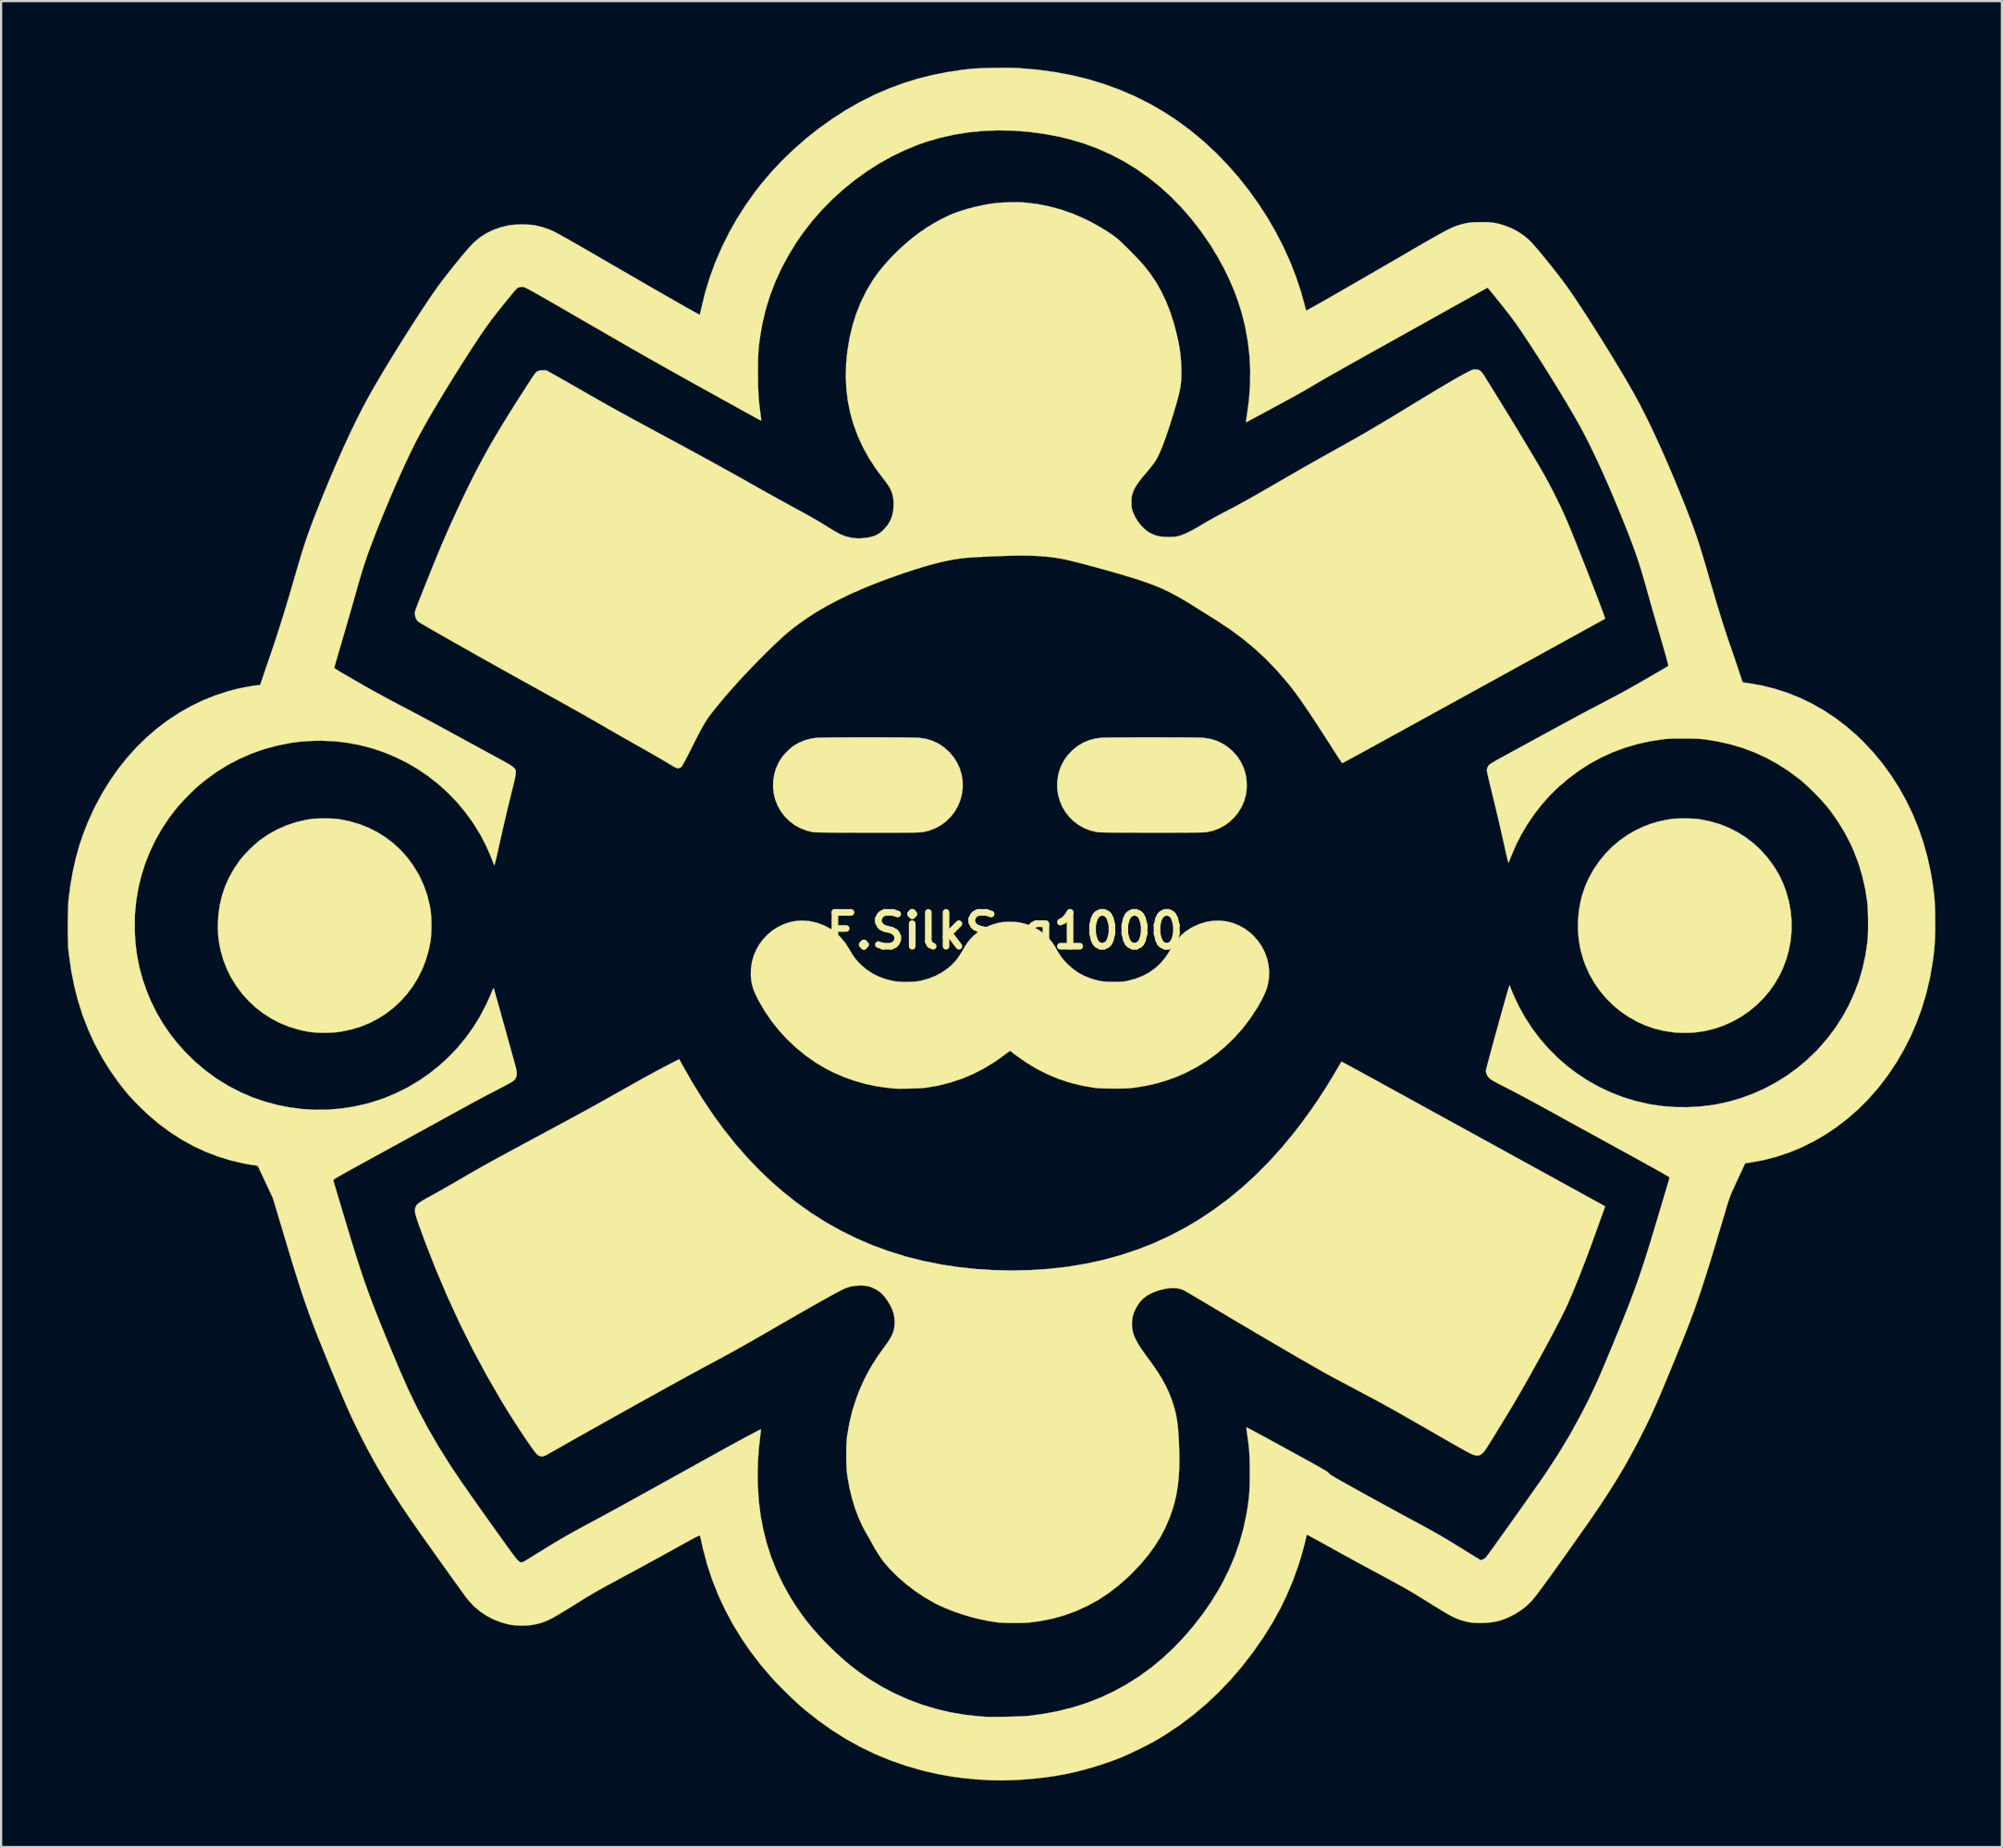
<source format=kicad_pcb>
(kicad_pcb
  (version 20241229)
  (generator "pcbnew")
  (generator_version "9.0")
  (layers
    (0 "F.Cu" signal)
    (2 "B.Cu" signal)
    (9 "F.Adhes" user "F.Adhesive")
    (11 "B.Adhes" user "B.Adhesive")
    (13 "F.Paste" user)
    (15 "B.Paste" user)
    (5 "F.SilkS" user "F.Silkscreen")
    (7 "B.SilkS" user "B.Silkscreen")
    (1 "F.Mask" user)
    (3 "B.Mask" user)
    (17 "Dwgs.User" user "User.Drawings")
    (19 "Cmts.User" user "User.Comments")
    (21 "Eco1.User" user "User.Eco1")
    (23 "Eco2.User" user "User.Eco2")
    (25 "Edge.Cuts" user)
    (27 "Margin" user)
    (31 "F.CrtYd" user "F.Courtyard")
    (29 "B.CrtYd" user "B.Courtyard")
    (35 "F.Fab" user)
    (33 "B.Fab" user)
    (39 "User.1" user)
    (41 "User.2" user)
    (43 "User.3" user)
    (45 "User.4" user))
  (footprint "F.SilkS_g1000"
    (layer "F.Cu")
    (at 42.223 38.885)
    (property "Reference" "F.SilkS_g1000" (at 0 0 0) (layer "F.SilkS") (effects (font (size 1.524 1.524) (thickness 0.3))))
    (attr through_hole)
    (fp_poly (pts (xy 30.868 -5.064) (xy 31.048 -5.055) (xy 31.206 -5.043) (xy 31.305 -5.031) (xy 31.758 -4.942) (xy 32.194 -4.815) (xy 32.611 -4.651) (xy 33.007 -4.451) (xy 33.382 -4.216) (xy 33.733 -3.946) (xy 34.059 -3.644) (xy 34.359 -3.309) (xy 34.63 -2.943) (xy 34.751 -2.755) (xy 34.917 -2.461) (xy 35.06 -2.154) (xy 35.187 -1.82) (xy 35.201 -1.777) (xy 35.324 -1.343) (xy 35.406 -0.902) (xy 35.447 -0.459) (xy 35.447 -0.014) (xy 35.407 0.428) (xy 35.326 0.865) (xy 35.205 1.295) (xy 35.043 1.714) (xy 34.919 1.977) (xy 34.7 2.359) (xy 34.448 2.718) (xy 34.165 3.05) (xy 33.854 3.355) (xy 33.517 3.631) (xy 33.157 3.876) (xy 32.776 4.088) (xy 32.378 4.265) (xy 31.964 4.407) (xy 31.537 4.51) (xy 31.118 4.571) (xy 30.97 4.582) (xy 30.795 4.588) (xy 30.607 4.59) (xy 30.42 4.587) (xy 30.249 4.579) (xy 30.131 4.57) (xy 29.693 4.504) (xy 29.268 4.399) (xy 28.857 4.256) (xy 28.463 4.077) (xy 28.087 3.864) (xy 27.732 3.619) (xy 27.401 3.343) (xy 27.094 3.038) (xy 26.815 2.706) (xy 26.566 2.349) (xy 26.348 1.969) (xy 26.164 1.566) (xy 26.056 1.27) (xy 25.939 0.848) (xy 25.862 0.414) (xy 25.824 -0.027) (xy 25.825 -0.473) (xy 25.866 -0.918) (xy 25.947 -1.36) (xy 26.008 -1.598) (xy 26.145 -2.006) (xy 26.321 -2.4) (xy 26.533 -2.778) (xy 26.778 -3.137) (xy 27.055 -3.474) (xy 27.361 -3.785) (xy 27.694 -4.069) (xy 28.051 -4.321) (xy 28.386 -4.517) (xy 28.727 -4.681) (xy 29.071 -4.815) (xy 29.43 -4.923) (xy 29.812 -5.006) (xy 30.025 -5.041) (xy 30.152 -5.054) (xy 30.31 -5.063) (xy 30.489 -5.068) (xy 30.679 -5.068) (xy 30.868 -5.064)) (stroke (width 0.01) (type solid)) (fill yes) (layer "F.SilkS"))
    (fp_poly (pts (xy -30.337 -5.062) (xy -30.144 -5.05) (xy -29.98 -5.031) (xy -29.972 -5.03) (xy -29.518 -4.939) (xy -29.082 -4.811) (xy -28.665 -4.646) (xy -28.269 -4.446) (xy -27.896 -4.212) (xy -27.547 -3.945) (xy -27.224 -3.646) (xy -26.928 -3.316) (xy -26.662 -2.957) (xy -26.425 -2.569) (xy -26.346 -2.419) (xy -26.164 -2.013) (xy -26.019 -1.591) (xy -25.912 -1.149) (xy -25.873 -0.931) (xy -25.855 -0.772) (xy -25.842 -0.583) (xy -25.835 -0.375) (xy -25.835 -0.161) (xy -25.84 0.05) (xy -25.851 0.244) (xy -25.868 0.411) (xy -25.873 0.445) (xy -25.963 0.893) (xy -26.09 1.324) (xy -26.252 1.736) (xy -26.448 2.128) (xy -26.675 2.497) (xy -26.933 2.841) (xy -27.219 3.16) (xy -27.532 3.452) (xy -27.87 3.714) (xy -28.231 3.946) (xy -28.614 4.145) (xy -29.016 4.31) (xy -29.437 4.439) (xy -29.874 4.531) (xy -30.095 4.562) (xy -30.27 4.577) (xy -30.471 4.586) (xy -30.683 4.589) (xy -30.889 4.586) (xy -31.076 4.576) (xy -31.147 4.57) (xy -31.303 4.552) (xy -31.45 4.528) (xy -31.605 4.497) (xy -31.78 4.456) (xy -31.845 4.44) (xy -32.267 4.311) (xy -32.671 4.145) (xy -33.056 3.944) (xy -33.421 3.709) (xy -33.762 3.444) (xy -34.077 3.149) (xy -34.366 2.828) (xy -34.625 2.482) (xy -34.853 2.114) (xy -35.048 1.725) (xy -35.207 1.318) (xy -35.328 0.895) (xy -35.355 0.772) (xy -35.395 0.568) (xy -35.423 0.38) (xy -35.442 0.195) (xy -35.452 -0.003) (xy -35.456 -0.226) (xy -35.456 -0.257) (xy -35.435 -0.712) (xy -35.375 -1.154) (xy -35.274 -1.583) (xy -35.133 -2.001) (xy -34.952 -2.407) (xy -34.729 -2.802) (xy -34.476 -3.173) (xy -34.379 -3.293) (xy -34.258 -3.431) (xy -34.119 -3.578) (xy -33.971 -3.726) (xy -33.823 -3.866) (xy -33.682 -3.991) (xy -33.557 -4.092) (xy -33.547 -4.1) (xy -33.168 -4.358) (xy -32.772 -4.577) (xy -32.358 -4.758) (xy -31.926 -4.901) (xy -31.478 -5.004) (xy -31.326 -5.03) (xy -31.164 -5.049) (xy -30.973 -5.062) (xy -30.763 -5.068) (xy -30.547 -5.068) (xy -30.337 -5.062)) (stroke (width 0.01) (type solid)) (fill yes) (layer "F.SilkS"))
    (fp_poly (pts (xy 7.046 -8.72) (xy 7.321 -8.719) (xy 7.587 -8.718) (xy 7.84 -8.717) (xy 8.077 -8.716) (xy 8.293 -8.714) (xy 8.486 -8.712) (xy 8.651 -8.709) (xy 8.784 -8.706) (xy 8.883 -8.703) (xy 8.943 -8.7) (xy 9.245 -8.654) (xy 9.527 -8.571) (xy 9.79 -8.45) (xy 10.036 -8.291) (xy 10.248 -8.111) (xy 10.447 -7.894) (xy 10.611 -7.654) (xy 10.743 -7.387) (xy 10.828 -7.144) (xy 10.867 -6.968) (xy 10.891 -6.768) (xy 10.9 -6.556) (xy 10.892 -6.35) (xy 10.868 -6.162) (xy 10.863 -6.138) (xy 10.784 -5.853) (xy 10.668 -5.586) (xy 10.519 -5.339) (xy 10.339 -5.116) (xy 10.133 -4.919) (xy 9.903 -4.751) (xy 9.651 -4.615) (xy 9.381 -4.514) (xy 9.097 -4.45) (xy 9.073 -4.447) (xy 9.02 -4.442) (xy 8.927 -4.439) (xy 8.794 -4.435) (xy 8.62 -4.433) (xy 8.404 -4.43) (xy 8.148 -4.428) (xy 7.85 -4.427) (xy 7.51 -4.426) (xy 7.128 -4.426) (xy 6.705 -4.426) (xy 6.597 -4.426) (xy 6.221 -4.426) (xy 5.884 -4.427) (xy 5.585 -4.427) (xy 5.322 -4.428) (xy 5.091 -4.43) (xy 4.892 -4.431) (xy 4.721 -4.433) (xy 4.576 -4.435) (xy 4.455 -4.437) (xy 4.356 -4.44) (xy 4.276 -4.444) (xy 4.213 -4.447) (xy 4.165 -4.451) (xy 4.129 -4.456) (xy 4.122 -4.457) (xy 3.833 -4.53) (xy 3.564 -4.638) (xy 3.317 -4.778) (xy 3.094 -4.947) (xy 2.897 -5.142) (xy 2.727 -5.36) (xy 2.587 -5.598) (xy 2.479 -5.854) (xy 2.403 -6.123) (xy 2.363 -6.403) (xy 2.36 -6.691) (xy 2.397 -6.984) (xy 2.436 -7.152) (xy 2.529 -7.417) (xy 2.66 -7.669) (xy 2.825 -7.904) (xy 3.02 -8.117) (xy 3.241 -8.302) (xy 3.308 -8.348) (xy 3.552 -8.49) (xy 3.805 -8.595) (xy 4.074 -8.665) (xy 4.314 -8.699) (xy 4.373 -8.703) (xy 4.471 -8.706) (xy 4.604 -8.709) (xy 4.768 -8.711) (xy 4.959 -8.714) (xy 5.175 -8.715) (xy 5.411 -8.717) (xy 5.663 -8.718) (xy 5.929 -8.719) (xy 6.204 -8.72) (xy 6.484 -8.72) (xy 6.766 -8.72) (xy 7.046 -8.72)) (stroke (width 0.01) (type solid)) (fill yes) (layer "F.SilkS"))
    (fp_poly (pts (xy -5.758 -8.72) (xy -5.483 -8.719) (xy -5.217 -8.718) (xy -4.964 -8.717) (xy -4.727 -8.716) (xy -4.511 -8.714) (xy -4.318 -8.711) (xy -4.153 -8.709) (xy -4.019 -8.706) (xy -3.92 -8.703) (xy -3.861 -8.699) (xy -3.558 -8.654) (xy -3.276 -8.571) (xy -3.013 -8.45) (xy -2.768 -8.292) (xy -2.539 -8.095) (xy -2.495 -8.051) (xy -2.303 -7.824) (xy -2.148 -7.577) (xy -2.028 -7.314) (xy -1.946 -7.04) (xy -1.902 -6.757) (xy -1.896 -6.47) (xy -1.929 -6.183) (xy -2.002 -5.899) (xy -2.107 -5.638) (xy -2.255 -5.377) (xy -2.435 -5.144) (xy -2.643 -4.939) (xy -2.877 -4.765) (xy -3.135 -4.624) (xy -3.411 -4.518) (xy -3.675 -4.456) (xy -3.709 -4.451) (xy -3.751 -4.446) (xy -3.803 -4.442) (xy -3.869 -4.439) (xy -3.949 -4.436) (xy -4.048 -4.433) (xy -4.166 -4.431) (xy -4.307 -4.429) (xy -4.473 -4.428) (xy -4.666 -4.427) (xy -4.889 -4.426) (xy -5.144 -4.426) (xy -5.435 -4.425) (xy -5.762 -4.425) (xy -6.128 -4.426) (xy -6.189 -4.426) (xy -6.575 -4.426) (xy -6.92 -4.427) (xy -7.228 -4.428) (xy -7.499 -4.429) (xy -7.736 -4.43) (xy -7.942 -4.432) (xy -8.117 -4.434) (xy -8.265 -4.436) (xy -8.387 -4.439) (xy -8.485 -4.442) (xy -8.562 -4.445) (xy -8.62 -4.449) (xy -8.66 -4.453) (xy -8.671 -4.455) (xy -8.964 -4.529) (xy -9.239 -4.64) (xy -9.494 -4.786) (xy -9.726 -4.965) (xy -9.931 -5.175) (xy -10.107 -5.412) (xy -10.233 -5.638) (xy -10.342 -5.909) (xy -10.411 -6.191) (xy -10.441 -6.479) (xy -10.434 -6.769) (xy -10.388 -7.054) (xy -10.305 -7.332) (xy -10.185 -7.596) (xy -10.046 -7.819) (xy -9.972 -7.911) (xy -9.875 -8.017) (xy -9.768 -8.125) (xy -9.659 -8.226) (xy -9.56 -8.308) (xy -9.519 -8.338) (xy -9.275 -8.479) (xy -9.007 -8.589) (xy -8.724 -8.665) (xy -8.492 -8.699) (xy -8.433 -8.703) (xy -8.335 -8.706) (xy -8.202 -8.709) (xy -8.038 -8.711) (xy -7.846 -8.714) (xy -7.63 -8.715) (xy -7.394 -8.717) (xy -7.142 -8.718) (xy -6.876 -8.719) (xy -6.601 -8.72) (xy -6.321 -8.72) (xy -6.039 -8.72) (xy -5.758 -8.72)) (stroke (width 0.01) (type solid)) (fill yes) (layer "F.SilkS"))
    (fp_poly (pts (xy -8.854 -0.448) (xy -8.767 -0.436) (xy -8.448 -0.362) (xy -8.151 -0.252) (xy -7.875 -0.106) (xy -7.622 0.076) (xy -7.392 0.293) (xy -7.186 0.544) (xy -7.003 0.831) (xy -6.993 0.849) (xy -6.874 1.051) (xy -6.755 1.224) (xy -6.625 1.38) (xy -6.491 1.518) (xy -6.241 1.732) (xy -5.969 1.912) (xy -5.672 2.061) (xy -5.349 2.177) (xy -5.026 2.258) (xy -4.888 2.278) (xy -4.72 2.292) (xy -4.533 2.298) (xy -4.339 2.297) (xy -4.148 2.289) (xy -3.973 2.275) (xy -3.825 2.253) (xy -3.795 2.247) (xy -3.446 2.152) (xy -3.12 2.023) (xy -2.819 1.86) (xy -2.543 1.664) (xy -2.391 1.531) (xy -2.224 1.355) (xy -2.071 1.155) (xy -1.926 0.924) (xy -1.894 0.868) (xy -1.776 0.665) (xy -1.659 0.495) (xy -1.538 0.347) (xy -1.419 0.226) (xy -1.178 0.027) (xy -0.913 -0.137) (xy -0.627 -0.265) (xy -0.321 -0.357) (xy -0.191 -0.383) (xy -0.067 -0.399) (xy 0.085 -0.408) (xy 0.249 -0.41) (xy 0.412 -0.406) (xy 0.559 -0.396) (xy 0.656 -0.383) (xy 0.95 -0.311) (xy 1.231 -0.204) (xy 1.494 -0.065) (xy 1.736 0.103) (xy 1.951 0.297) (xy 2.135 0.515) (xy 2.266 0.718) (xy 2.358 0.879) (xy 2.436 1.011) (xy 2.507 1.12) (xy 2.575 1.215) (xy 2.647 1.303) (xy 2.729 1.393) (xy 2.805 1.472) (xy 3.042 1.689) (xy 3.289 1.868) (xy 3.555 2.014) (xy 3.847 2.132) (xy 3.917 2.155) (xy 4.077 2.204) (xy 4.221 2.24) (xy 4.357 2.266) (xy 4.498 2.283) (xy 4.654 2.292) (xy 4.838 2.295) (xy 4.911 2.295) (xy 5.068 2.294) (xy 5.193 2.291) (xy 5.294 2.285) (xy 5.382 2.276) (xy 5.466 2.263) (xy 5.539 2.248) (xy 5.89 2.153) (xy 6.214 2.025) (xy 6.51 1.866) (xy 6.779 1.676) (xy 7.019 1.454) (xy 7.231 1.201) (xy 7.414 0.917) (xy 7.421 0.905) (xy 7.584 0.636) (xy 7.754 0.404) (xy 7.936 0.205) (xy 8.134 0.034) (xy 8.354 -0.114) (xy 8.499 -0.194) (xy 8.791 -0.322) (xy 9.089 -0.409) (xy 9.388 -0.456) (xy 9.687 -0.463) (xy 9.981 -0.431) (xy 10.268 -0.36) (xy 10.546 -0.25) (xy 10.81 -0.103) (xy 11.058 0.082) (xy 11.198 0.211) (xy 11.407 0.448) (xy 11.581 0.704) (xy 11.72 0.977) (xy 11.821 1.263) (xy 11.885 1.558) (xy 11.91 1.859) (xy 11.895 2.162) (xy 11.84 2.463) (xy 11.822 2.529) (xy 11.762 2.702) (xy 11.676 2.901) (xy 11.564 3.124) (xy 11.43 3.365) (xy 11.371 3.464) (xy 11.06 3.94) (xy 10.718 4.387) (xy 10.347 4.806) (xy 9.948 5.193) (xy 9.522 5.549) (xy 9.072 5.872) (xy 8.597 6.161) (xy 8.1 6.415) (xy 7.694 6.589) (xy 7.272 6.741) (xy 6.846 6.867) (xy 6.404 6.968) (xy 5.938 7.047) (xy 5.736 7.074) (xy 5.616 7.085) (xy 5.463 7.093) (xy 5.284 7.099) (xy 5.089 7.102) (xy 4.885 7.102) (xy 4.681 7.099) (xy 4.485 7.094) (xy 4.304 7.087) (xy 4.148 7.077) (xy 4.024 7.065) (xy 4.004 7.063) (xy 3.453 6.965) (xy 2.923 6.832) (xy 2.41 6.662) (xy 1.913 6.455) (xy 1.429 6.209) (xy 0.956 5.922) (xy 0.491 5.595) (xy 0.449 5.564) (xy 0.232 5.398) (xy 0.005 5.571) (xy -0.466 5.905) (xy -0.95 6.199) (xy -1.445 6.452) (xy -1.953 6.664) (xy -2.474 6.837) (xy -3.009 6.97) (xy -3.535 7.06) (xy -3.623 7.069) (xy -3.743 7.078) (xy -3.887 7.086) (xy -4.047 7.093) (xy -4.217 7.099) (xy -4.387 7.103) (xy -4.551 7.106) (xy -4.7 7.107) (xy -4.828 7.106) (xy -4.927 7.103) (xy -4.974 7.1) (xy -5.026 7.094) (xy -5.107 7.086) (xy -5.206 7.075) (xy -5.281 7.068) (xy -5.771 7) (xy -6.267 6.895) (xy -6.762 6.755) (xy -7.247 6.583) (xy -7.713 6.382) (xy -8.054 6.209) (xy -8.522 5.931) (xy -8.971 5.617) (xy -9.396 5.271) (xy -9.796 4.894) (xy -10.169 4.49) (xy -10.51 4.062) (xy -10.818 3.612) (xy -11.091 3.143) (xy -11.177 2.975) (xy -11.275 2.764) (xy -11.347 2.573) (xy -11.397 2.388) (xy -11.429 2.199) (xy -11.444 2) (xy -11.438 1.695) (xy -11.394 1.4) (xy -11.314 1.119) (xy -11.202 0.852) (xy -11.059 0.603) (xy -10.889 0.374) (xy -10.694 0.168) (xy -10.477 -0.014) (xy -10.24 -0.168) (xy -9.986 -0.293) (xy -9.718 -0.386) (xy -9.438 -0.444) (xy -9.149 -0.466) (xy -8.854 -0.448)) (stroke (width 0.01) (type solid)) (fill yes) (layer "F.SilkS"))
    (fp_poly (pts (xy -14.529 6.038) (xy -14.08 6.826) (xy -13.617 7.575) (xy -13.14 8.286) (xy -12.647 8.96) (xy -12.137 9.598) (xy -11.611 10.201) (xy -11.066 10.771) (xy -10.502 11.308) (xy -10.012 11.735) (xy -9.385 12.233) (xy -8.739 12.694) (xy -8.073 13.117) (xy -7.387 13.502) (xy -6.681 13.85) (xy -5.956 14.161) (xy -5.211 14.434) (xy -4.446 14.67) (xy -3.663 14.868) (xy -2.859 15.028) (xy -2.095 15.144) (xy -1.289 15.229) (xy -0.473 15.28) (xy 0.347 15.296) (xy 1.164 15.277) (xy 1.97 15.224) (xy 2.759 15.137) (xy 2.858 15.123) (xy 3.66 14.99) (xy 4.444 14.818) (xy 5.21 14.608) (xy 5.959 14.36) (xy 6.689 14.074) (xy 7.402 13.749) (xy 8.097 13.386) (xy 8.775 12.984) (xy 9.434 12.544) (xy 10.077 12.066) (xy 10.701 11.549) (xy 11.309 10.993) (xy 11.899 10.399) (xy 12.471 9.767) (xy 13.026 9.096) (xy 13.356 8.668) (xy 13.753 8.125) (xy 14.125 7.584) (xy 14.482 7.033) (xy 14.833 6.456) (xy 14.906 6.331) (xy 14.977 6.209) (xy 15.042 6.099) (xy 15.096 6.007) (xy 15.136 5.938) (xy 15.161 5.897) (xy 15.167 5.888) (xy 15.186 5.897) (xy 15.239 5.924) (xy 15.323 5.969) (xy 15.436 6.029) (xy 15.574 6.104) (xy 15.734 6.191) (xy 15.913 6.288) (xy 16.109 6.395) (xy 16.318 6.51) (xy 16.492 6.605) (xy 16.654 6.694) (xy 16.85 6.802) (xy 17.08 6.928) (xy 17.339 7.071) (xy 17.627 7.229) (xy 17.941 7.401) (xy 18.279 7.587) (xy 18.639 7.785) (xy 19.018 7.993) (xy 19.414 8.211) (xy 19.825 8.437) (xy 20.249 8.67) (xy 20.684 8.908) (xy 21.127 9.152) (xy 21.576 9.399) (xy 22.03 9.648) (xy 22.485 9.898) (xy 22.94 10.148) (xy 23.392 10.397) (xy 23.839 10.643) (xy 24.279 10.885) (xy 24.71 11.121) (xy 25.13 11.352) (xy 25.536 11.575) (xy 25.838 11.741) (xy 27.048 12.407) (xy 27.02 12.485) (xy 27.005 12.526) (xy 26.978 12.601) (xy 26.942 12.703) (xy 26.898 12.824) (xy 26.851 12.958) (xy 26.822 13.039) (xy 26.608 13.634) (xy 26.403 14.194) (xy 26.207 14.72) (xy 26.02 15.21) (xy 25.842 15.662) (xy 25.674 16.077) (xy 25.516 16.453) (xy 25.369 16.789) (xy 25.337 16.859) (xy 25.253 17.039) (xy 25.149 17.252) (xy 25.028 17.493) (xy 24.891 17.759) (xy 24.74 18.047) (xy 24.578 18.352) (xy 24.407 18.672) (xy 24.228 19.001) (xy 24.043 19.337) (xy 23.856 19.675) (xy 23.667 20.013) (xy 23.48 20.345) (xy 23.295 20.669) (xy 23.115 20.981) (xy 22.942 21.276) (xy 22.778 21.552) (xy 22.659 21.748) (xy 22.485 22.033) (xy 22.332 22.284) (xy 22.198 22.503) (xy 22.081 22.693) (xy 21.981 22.857) (xy 21.895 22.995) (xy 21.822 23.111) (xy 21.761 23.208) (xy 21.71 23.286) (xy 21.668 23.35) (xy 21.633 23.4) (xy 21.604 23.439) (xy 21.579 23.47) (xy 21.557 23.495) (xy 21.537 23.516) (xy 21.516 23.536) (xy 21.51 23.541) (xy 21.421 23.604) (xy 21.326 23.632) (xy 21.218 23.627) (xy 21.15 23.611) (xy 21.118 23.601) (xy 21.084 23.589) (xy 21.045 23.572) (xy 20.997 23.55) (xy 20.939 23.522) (xy 20.869 23.485) (xy 20.783 23.439) (xy 20.679 23.382) (xy 20.556 23.313) (xy 20.409 23.23) (xy 20.238 23.133) (xy 20.039 23.02) (xy 19.811 22.889) (xy 19.55 22.739) (xy 19.334 22.615) (xy 18.992 22.418) (xy 18.683 22.241) (xy 18.403 22.081) (xy 18.148 21.935) (xy 17.915 21.803) (xy 17.701 21.681) (xy 17.5 21.568) (xy 17.31 21.462) (xy 17.126 21.36) (xy 16.945 21.261) (xy 16.764 21.162) (xy 16.578 21.062) (xy 16.383 20.958) (xy 16.177 20.848) (xy 15.955 20.73) (xy 15.713 20.602) (xy 15.6 20.542) (xy 15.42 20.447) (xy 15.24 20.351) (xy 15.064 20.257) (xy 14.9 20.17) (xy 14.754 20.092) (xy 14.633 20.026) (xy 14.543 19.977) (xy 14.541 19.976) (xy 14.378 19.885) (xy 14.182 19.775) (xy 13.955 19.645) (xy 13.699 19.499) (xy 13.418 19.337) (xy 13.115 19.162) (xy 12.792 18.974) (xy 12.452 18.776) (xy 12.098 18.568) (xy 11.731 18.354) (xy 11.357 18.133) (xy 10.976 17.909) (xy 10.591 17.682) (xy 10.206 17.454) (xy 9.824 17.226) (xy 9.461 17.01) (xy 9.246 16.882) (xy 9.038 16.758) (xy 8.842 16.642) (xy 8.66 16.534) (xy 8.496 16.438) (xy 8.354 16.354) (xy 8.235 16.285) (xy 8.145 16.233) (xy 8.085 16.199) (xy 8.065 16.188) (xy 7.897 16.126) (xy 7.703 16.093) (xy 7.488 16.09) (xy 7.254 16.117) (xy 7.006 16.174) (xy 6.87 16.215) (xy 6.632 16.307) (xy 6.43 16.413) (xy 6.258 16.538) (xy 6.111 16.686) (xy 5.983 16.862) (xy 5.889 17.029) (xy 5.805 17.222) (xy 5.753 17.409) (xy 5.73 17.603) (xy 5.727 17.695) (xy 5.733 17.839) (xy 5.751 17.977) (xy 5.784 18.116) (xy 5.833 18.258) (xy 5.901 18.408) (xy 5.989 18.571) (xy 6.099 18.749) (xy 6.234 18.948) (xy 6.395 19.172) (xy 6.477 19.283) (xy 6.716 19.613) (xy 6.924 19.923) (xy 7.105 20.22) (xy 7.26 20.509) (xy 7.394 20.796) (xy 7.509 21.087) (xy 7.608 21.386) (xy 7.656 21.553) (xy 7.697 21.719) (xy 7.732 21.889) (xy 7.762 22.068) (xy 7.787 22.262) (xy 7.808 22.477) (xy 7.826 22.717) (xy 7.841 22.989) (xy 7.854 23.297) (xy 7.865 23.784) (xy 7.857 24.237) (xy 7.831 24.661) (xy 7.785 25.059) (xy 7.72 25.437) (xy 7.634 25.799) (xy 7.585 25.971) (xy 7.428 26.428) (xy 7.238 26.87) (xy 7.014 27.298) (xy 6.753 27.715) (xy 6.456 28.123) (xy 6.12 28.525) (xy 5.743 28.921) (xy 5.548 29.111) (xy 5.114 29.494) (xy 4.663 29.838) (xy 4.196 30.144) (xy 3.711 30.41) (xy 3.21 30.638) (xy 2.691 30.827) (xy 2.156 30.977) (xy 1.604 31.089) (xy 1.092 31.156) (xy 0.97 31.165) (xy 0.818 31.171) (xy 0.644 31.174) (xy 0.457 31.176) (xy 0.266 31.174) (xy 0.082 31.171) (xy -0.087 31.165) (xy -0.232 31.157) (xy -0.34 31.147) (xy -0.716 31.09) (xy -1.109 31.01) (xy -1.509 30.91) (xy -1.908 30.791) (xy -2.298 30.658) (xy -2.667 30.513) (xy -3.009 30.358) (xy -3.175 30.274) (xy -3.614 30.021) (xy -4.039 29.737) (xy -4.444 29.428) (xy -4.823 29.098) (xy -5.17 28.752) (xy -5.411 28.479) (xy -5.494 28.372) (xy -5.59 28.238) (xy -5.69 28.088) (xy -5.789 27.932) (xy -5.878 27.781) (xy -5.937 27.675) (xy -5.994 27.57) (xy -6.065 27.443) (xy -6.142 27.308) (xy -6.217 27.179) (xy -6.238 27.143) (xy -6.428 26.792) (xy -6.6 26.406) (xy -6.754 25.992) (xy -6.886 25.555) (xy -6.997 25.1) (xy -7.082 24.632) (xy -7.104 24.479) (xy -7.12 24.33) (xy -7.132 24.148) (xy -7.14 23.943) (xy -7.144 23.724) (xy -7.144 23.5) (xy -7.14 23.281) (xy -7.132 23.077) (xy -7.12 22.895) (xy -7.104 22.746) (xy -7.104 22.744) (xy -7.002 22.157) (xy -6.86 21.581) (xy -6.678 21.019) (xy -6.527 20.633) (xy -6.357 20.253) (xy -6.172 19.89) (xy -5.968 19.534) (xy -5.738 19.177) (xy -5.478 18.81) (xy -5.421 18.733) (xy -5.285 18.544) (xy -5.177 18.377) (xy -5.094 18.226) (xy -5.034 18.085) (xy -4.995 17.945) (xy -4.972 17.801) (xy -4.964 17.647) (xy -4.964 17.621) (xy -4.975 17.43) (xy -5.007 17.251) (xy -5.063 17.075) (xy -5.147 16.893) (xy -5.261 16.698) (xy -5.304 16.633) (xy -5.435 16.456) (xy -5.572 16.314) (xy -5.724 16.199) (xy -5.841 16.131) (xy -5.985 16.063) (xy -6.119 16.016) (xy -6.257 15.988) (xy -6.412 15.975) (xy -6.53 15.974) (xy -6.755 15.986) (xy -6.957 16.021) (xy -7.151 16.084) (xy -7.26 16.131) (xy -7.359 16.179) (xy -7.493 16.249) (xy -7.661 16.338) (xy -7.86 16.447) (xy -8.089 16.573) (xy -8.346 16.717) (xy -8.631 16.878) (xy -8.94 17.054) (xy -9.274 17.244) (xy -9.63 17.449) (xy -10.006 17.666) (xy -10.067 17.701) (xy -10.403 17.895) (xy -10.707 18.071) (xy -10.982 18.229) (xy -11.232 18.373) (xy -11.462 18.504) (xy -11.675 18.625) (xy -11.875 18.738) (xy -12.066 18.845) (xy -12.253 18.948) (xy -12.438 19.05) (xy -12.627 19.153) (xy -12.822 19.259) (xy -13.029 19.37) (xy -13.251 19.489) (xy -13.42 19.58) (xy -13.619 19.687) (xy -13.852 19.813) (xy -14.116 19.956) (xy -14.407 20.116) (xy -14.723 20.289) (xy -15.06 20.475) (xy -15.415 20.671) (xy -15.785 20.876) (xy -16.167 21.088) (xy -16.558 21.305) (xy -16.955 21.527) (xy -17.355 21.75) (xy -17.754 21.973) (xy -18.15 22.195) (xy -18.539 22.413) (xy -18.919 22.627) (xy -19.286 22.834) (xy -19.637 23.032) (xy -19.968 23.22) (xy -20.098 23.294) (xy -20.237 23.373) (xy -20.367 23.446) (xy -20.482 23.511) (xy -20.578 23.565) (xy -20.648 23.604) (xy -20.687 23.625) (xy -20.69 23.627) (xy -20.8 23.667) (xy -20.899 23.672) (xy -20.992 23.64) (xy -21.085 23.57) (xy -21.181 23.459) (xy -21.181 23.458) (xy -21.291 23.309) (xy -21.418 23.128) (xy -21.56 22.921) (xy -21.713 22.693) (xy -21.875 22.449) (xy -22.04 22.194) (xy -22.207 21.933) (xy -22.372 21.672) (xy -22.531 21.415) (xy -22.681 21.168) (xy -22.695 21.145) (xy -23.348 20.016) (xy -23.969 18.861) (xy -24.559 17.678) (xy -25.116 16.468) (xy -25.642 15.23) (xy -26.137 13.965) (xy -26.405 13.229) (xy -26.467 13.052) (xy -26.514 12.909) (xy -26.547 12.793) (xy -26.568 12.701) (xy -26.578 12.625) (xy -26.577 12.561) (xy -26.568 12.504) (xy -26.565 12.49) (xy -26.548 12.439) (xy -26.527 12.392) (xy -26.497 12.348) (xy -26.454 12.302) (xy -26.395 12.254) (xy -26.316 12.199) (xy -26.215 12.136) (xy -26.086 12.061) (xy -25.927 11.973) (xy -25.735 11.868) (xy -25.631 11.81) (xy -25.497 11.735) (xy -25.34 11.646) (xy -25.166 11.547) (xy -24.983 11.442) (xy -24.797 11.335) (xy -24.615 11.23) (xy -24.603 11.222) (xy -24.436 11.125) (xy -24.283 11.036) (xy -24.14 10.953) (xy -24.005 10.875) (xy -23.875 10.8) (xy -23.748 10.728) (xy -23.621 10.656) (xy -23.491 10.583) (xy -23.356 10.507) (xy -23.212 10.428) (xy -23.059 10.343) (xy -22.892 10.252) (xy -22.709 10.152) (xy -22.507 10.043) (xy -22.285 9.922) (xy -22.038 9.789) (xy -21.765 9.642) (xy -21.463 9.479) (xy -21.129 9.299) (xy -20.761 9.101) (xy -20.728 9.083) (xy -20.4 8.907) (xy -20.105 8.748) (xy -19.84 8.605) (xy -19.601 8.476) (xy -19.385 8.359) (xy -19.186 8.251) (xy -19.003 8.151) (xy -18.83 8.057) (xy -18.665 7.966) (xy -18.503 7.876) (xy -18.34 7.786) (xy -18.173 7.693) (xy -17.999 7.595) (xy -17.812 7.49) (xy -17.61 7.376) (xy -17.389 7.251) (xy -17.367 7.239) (xy -17.038 7.054) (xy -16.742 6.887) (xy -16.474 6.738) (xy -16.23 6.602) (xy -16.006 6.479) (xy -15.798 6.366) (xy -15.602 6.26) (xy -15.413 6.16) (xy -15.228 6.063) (xy -15.042 5.967) (xy -14.851 5.87) (xy -14.76 5.824) (xy -14.671 5.779) (xy -14.529 6.038)) (stroke (width 0.01) (type solid)) (fill yes) (layer "F.SilkS"))
    (fp_poly (pts (xy 0.657 -32.823) (xy 0.865 -32.814) (xy 0.918 -32.81) (xy 1.45 -32.746) (xy 1.984 -32.642) (xy 2.516 -32.499) (xy 3.04 -32.317) (xy 3.552 -32.098) (xy 3.746 -32.004) (xy 3.979 -31.882) (xy 4.216 -31.75) (xy 4.449 -31.612) (xy 4.669 -31.473) (xy 4.867 -31.339) (xy 5.035 -31.215) (xy 5.048 -31.205) (xy 5.113 -31.15) (xy 5.201 -31.069) (xy 5.308 -30.967) (xy 5.429 -30.849) (xy 5.56 -30.72) (xy 5.694 -30.585) (xy 5.828 -30.448) (xy 5.955 -30.315) (xy 6.073 -30.191) (xy 6.174 -30.08) (xy 6.253 -29.991) (xy 6.548 -29.618) (xy 6.815 -29.223) (xy 7.053 -28.803) (xy 7.265 -28.356) (xy 7.453 -27.878) (xy 7.616 -27.369) (xy 7.691 -27.093) (xy 7.77 -26.769) (xy 7.833 -26.474) (xy 7.881 -26.199) (xy 7.916 -25.933) (xy 7.939 -25.668) (xy 7.952 -25.395) (xy 7.953 -25.378) (xy 7.956 -25.169) (xy 7.954 -24.98) (xy 7.946 -24.806) (xy 7.929 -24.637) (xy 7.904 -24.467) (xy 7.869 -24.287) (xy 7.822 -24.092) (xy 7.764 -23.872) (xy 7.692 -23.621) (xy 7.683 -23.59) (xy 7.548 -23.145) (xy 7.421 -22.741) (xy 7.3 -22.378) (xy 7.186 -22.056) (xy 7.078 -21.776) (xy 6.977 -21.537) (xy 6.883 -21.34) (xy 6.796 -21.185) (xy 6.771 -21.146) (xy 6.719 -21.072) (xy 6.645 -20.976) (xy 6.557 -20.864) (xy 6.461 -20.746) (xy 6.364 -20.631) (xy 6.36 -20.627) (xy 6.208 -20.445) (xy 6.083 -20.288) (xy 5.982 -20.149) (xy 5.901 -20.025) (xy 5.838 -19.91) (xy 5.788 -19.799) (xy 5.77 -19.752) (xy 5.742 -19.668) (xy 5.723 -19.598) (xy 5.712 -19.53) (xy 5.707 -19.449) (xy 5.705 -19.342) (xy 5.706 -19.315) (xy 5.707 -19.2) (xy 5.712 -19.113) (xy 5.722 -19.041) (xy 5.74 -18.971) (xy 5.767 -18.887) (xy 5.772 -18.875) (xy 5.86 -18.672) (xy 5.976 -18.474) (xy 6.115 -18.291) (xy 6.269 -18.129) (xy 6.433 -17.996) (xy 6.552 -17.924) (xy 6.691 -17.857) (xy 6.823 -17.809) (xy 6.958 -17.776) (xy 7.109 -17.757) (xy 7.286 -17.749) (xy 7.366 -17.748) (xy 7.502 -17.749) (xy 7.606 -17.753) (xy 7.689 -17.76) (xy 7.761 -17.771) (xy 7.833 -17.789) (xy 7.863 -17.797) (xy 8.033 -17.856) (xy 8.23 -17.941) (xy 8.454 -18.055) (xy 8.707 -18.197) (xy 8.8 -18.251) (xy 8.965 -18.35) (xy 9.108 -18.434) (xy 9.237 -18.508) (xy 9.362 -18.578) (xy 9.491 -18.649) (xy 9.635 -18.727) (xy 9.803 -18.816) (xy 9.906 -18.87) (xy 10.068 -18.955) (xy 10.217 -19.034) (xy 10.357 -19.108) (xy 10.491 -19.18) (xy 10.623 -19.252) (xy 10.757 -19.325) (xy 10.895 -19.401) (xy 11.04 -19.483) (xy 11.198 -19.572) (xy 11.37 -19.669) (xy 11.56 -19.778) (xy 11.771 -19.899) (xy 12.008 -20.036) (xy 12.272 -20.189) (xy 12.569 -20.36) (xy 12.711 -20.442) (xy 12.884 -20.542) (xy 13.046 -20.635) (xy 13.199 -20.724) (xy 13.347 -20.809) (xy 13.494 -20.893) (xy 13.644 -20.978) (xy 13.801 -21.067) (xy 13.967 -21.161) (xy 14.147 -21.262) (xy 14.345 -21.373) (xy 14.564 -21.496) (xy 14.808 -21.632) (xy 15.081 -21.785) (xy 15.385 -21.955) (xy 15.473 -22.004) (xy 15.697 -22.129) (xy 15.922 -22.257) (xy 16.15 -22.388) (xy 16.387 -22.526) (xy 16.635 -22.672) (xy 16.9 -22.829) (xy 17.185 -22.999) (xy 17.494 -23.185) (xy 17.831 -23.389) (xy 18.161 -23.59) (xy 18.493 -23.792) (xy 18.791 -23.973) (xy 19.059 -24.136) (xy 19.3 -24.281) (xy 19.516 -24.411) (xy 19.71 -24.526) (xy 19.885 -24.63) (xy 20.044 -24.723) (xy 20.189 -24.808) (xy 20.325 -24.885) (xy 20.452 -24.957) (xy 20.574 -25.024) (xy 20.695 -25.09) (xy 20.817 -25.155) (xy 20.852 -25.174) (xy 20.955 -25.227) (xy 21.031 -25.262) (xy 21.09 -25.283) (xy 21.143 -25.292) (xy 21.19 -25.294) (xy 21.283 -25.288) (xy 21.36 -25.267) (xy 21.429 -25.225) (xy 21.495 -25.157) (xy 21.567 -25.058) (xy 21.609 -24.993) (xy 21.933 -24.472) (xy 22.247 -23.965) (xy 22.548 -23.476) (xy 22.837 -23.005) (xy 23.11 -22.556) (xy 23.368 -22.13) (xy 23.608 -21.729) (xy 23.83 -21.357) (xy 24.032 -21.015) (xy 24.212 -20.705) (xy 24.263 -20.616) (xy 24.394 -20.382) (xy 24.536 -20.118) (xy 24.683 -19.834) (xy 24.832 -19.539) (xy 24.977 -19.243) (xy 25.113 -18.954) (xy 25.237 -18.684) (xy 25.326 -18.479) (xy 25.388 -18.332) (xy 25.459 -18.161) (xy 25.538 -17.968) (xy 25.623 -17.757) (xy 25.715 -17.529) (xy 25.811 -17.287) (xy 25.911 -17.036) (xy 26.013 -16.778) (xy 26.117 -16.516) (xy 26.22 -16.252) (xy 26.323 -15.99) (xy 26.423 -15.733) (xy 26.519 -15.484) (xy 26.611 -15.245) (xy 26.698 -15.02) (xy 26.777 -14.811) (xy 26.849 -14.622) (xy 26.911 -14.456) (xy 26.963 -14.315) (xy 27.003 -14.202) (xy 27.031 -14.121) (xy 27.045 -14.074) (xy 27.046 -14.064) (xy 27.027 -14.053) (xy 26.973 -14.023) (xy 26.886 -13.975) (xy 26.767 -13.91) (xy 26.62 -13.828) (xy 26.444 -13.732) (xy 26.243 -13.621) (xy 26.019 -13.498) (xy 25.773 -13.362) (xy 25.507 -13.215) (xy 25.223 -13.059) (xy 24.923 -12.894) (xy 24.61 -12.722) (xy 24.284 -12.542) (xy 23.948 -12.357) (xy 23.604 -12.168) (xy 23.253 -11.975) (xy 22.898 -11.78) (xy 22.541 -11.583) (xy 22.183 -11.386) (xy 21.827 -11.19) (xy 21.474 -10.996) (xy 21.126 -10.805) (xy 20.785 -10.617) (xy 20.454 -10.435) (xy 20.133 -10.259) (xy 19.826 -10.089) (xy 19.533 -9.928) (xy 19.257 -9.777) (xy 19 -9.635) (xy 18.763 -9.505) (xy 18.722 -9.483) (xy 18.467 -9.342) (xy 18.186 -9.188) (xy 17.888 -9.024) (xy 17.582 -8.856) (xy 17.275 -8.687) (xy 16.977 -8.524) (xy 16.696 -8.369) (xy 16.441 -8.229) (xy 16.366 -8.188) (xy 16.163 -8.077) (xy 15.971 -7.971) (xy 15.793 -7.874) (xy 15.633 -7.787) (xy 15.493 -7.711) (xy 15.376 -7.648) (xy 15.287 -7.601) (xy 15.228 -7.57) (xy 15.203 -7.557) (xy 15.202 -7.557) (xy 15.187 -7.575) (xy 15.153 -7.623) (xy 15.102 -7.699) (xy 15.037 -7.796) (xy 14.962 -7.912) (xy 14.879 -8.041) (xy 14.86 -8.071) (xy 14.624 -8.44) (xy 14.408 -8.776) (xy 14.211 -9.081) (xy 14.031 -9.358) (xy 13.867 -9.608) (xy 13.716 -9.836) (xy 13.576 -10.042) (xy 13.447 -10.231) (xy 13.326 -10.403) (xy 13.212 -10.563) (xy 13.102 -10.712) (xy 12.996 -10.852) (xy 12.891 -10.987) (xy 12.786 -11.12) (xy 12.715 -11.207) (xy 12.251 -11.744) (xy 11.764 -12.249) (xy 11.251 -12.724) (xy 10.71 -13.171) (xy 10.138 -13.594) (xy 9.531 -13.994) (xy 9.451 -14.044) (xy 9.367 -14.096) (xy 9.256 -14.165) (xy 9.125 -14.248) (xy 8.982 -14.337) (xy 8.836 -14.429) (xy 8.735 -14.493) (xy 8.426 -14.686) (xy 8.146 -14.857) (xy 7.888 -15.008) (xy 7.646 -15.143) (xy 7.415 -15.263) (xy 7.188 -15.373) (xy 6.959 -15.474) (xy 6.723 -15.57) (xy 6.473 -15.663) (xy 6.204 -15.757) (xy 5.91 -15.853) (xy 5.821 -15.882) (xy 5.62 -15.944) (xy 5.394 -16.012) (xy 5.149 -16.085) (xy 4.889 -16.16) (xy 4.62 -16.236) (xy 4.346 -16.312) (xy 4.073 -16.387) (xy 3.807 -16.459) (xy 3.552 -16.527) (xy 3.313 -16.589) (xy 3.096 -16.643) (xy 2.906 -16.69) (xy 2.748 -16.726) (xy 2.667 -16.743) (xy 2.321 -16.805) (xy 1.963 -16.851) (xy 1.586 -16.884) (xy 1.186 -16.903) (xy 0.755 -16.909) (xy 0.423 -16.905) (xy 0.213 -16.9) (xy -0.014 -16.893) (xy -0.252 -16.885) (xy -0.496 -16.875) (xy -0.737 -16.865) (xy -0.971 -16.854) (xy -1.191 -16.842) (xy -1.391 -16.831) (xy -1.563 -16.82) (xy -1.703 -16.81) (xy -1.757 -16.805) (xy -2.041 -16.772) (xy -2.335 -16.726) (xy -2.644 -16.666) (xy -2.971 -16.591) (xy -3.32 -16.5) (xy -3.695 -16.393) (xy -4.1 -16.267) (xy -4.538 -16.123) (xy -4.54 -16.122) (xy -5.212 -15.887) (xy -5.844 -15.649) (xy -6.437 -15.406) (xy -6.995 -15.159) (xy -7.518 -14.905) (xy -8.009 -14.645) (xy -8.471 -14.376) (xy -8.904 -14.098) (xy -9.312 -13.81) (xy -9.525 -13.647) (xy -9.663 -13.537) (xy -9.799 -13.425) (xy -9.937 -13.306) (xy -10.08 -13.178) (xy -10.234 -13.035) (xy -10.402 -12.875) (xy -10.589 -12.694) (xy -10.798 -12.488) (xy -10.913 -12.373) (xy -11.377 -11.901) (xy -11.811 -11.445) (xy -12.219 -10.997) (xy -12.607 -10.551) (xy -12.982 -10.1) (xy -13.063 -10.001) (xy -13.159 -9.88) (xy -13.245 -9.769) (xy -13.324 -9.662) (xy -13.399 -9.555) (xy -13.471 -9.444) (xy -13.544 -9.325) (xy -13.621 -9.193) (xy -13.703 -9.044) (xy -13.793 -8.874) (xy -13.894 -8.678) (xy -14.009 -8.451) (xy -14.118 -8.235) (xy -14.228 -8.016) (xy -14.322 -7.833) (xy -14.4 -7.684) (xy -14.464 -7.566) (xy -14.514 -7.479) (xy -14.552 -7.419) (xy -14.579 -7.384) (xy -14.585 -7.379) (xy -14.668 -7.333) (xy -14.758 -7.329) (xy -14.806 -7.344) (xy -14.836 -7.359) (xy -14.896 -7.393) (xy -14.981 -7.442) (xy -15.086 -7.503) (xy -15.203 -7.573) (xy -15.272 -7.614) (xy -15.388 -7.683) (xy -15.533 -7.768) (xy -15.702 -7.865) (xy -15.886 -7.971) (xy -16.078 -8.081) (xy -16.273 -8.192) (xy -16.461 -8.298) (xy -16.478 -8.308) (xy -16.676 -8.419) (xy -16.9 -8.546) (xy -17.142 -8.684) (xy -17.392 -8.827) (xy -17.641 -8.969) (xy -17.88 -9.106) (xy -18.098 -9.232) (xy -18.129 -9.25) (xy -18.325 -9.363) (xy -18.51 -9.47) (xy -18.688 -9.572) (xy -18.862 -9.671) (xy -19.035 -9.769) (xy -19.212 -9.87) (xy -19.396 -9.973) (xy -19.592 -10.083) (xy -19.802 -10.2) (xy -20.03 -10.327) (xy -20.281 -10.466) (xy -20.557 -10.619) (xy -20.863 -10.789) (xy -21.202 -10.976) (xy -21.22 -10.986) (xy -21.51 -11.146) (xy -21.813 -11.315) (xy -22.128 -11.49) (xy -22.45 -11.669) (xy -22.777 -11.852) (xy -23.107 -12.037) (xy -23.437 -12.222) (xy -23.763 -12.405) (xy -24.083 -12.586) (xy -24.395 -12.762) (xy -24.696 -12.932) (xy -24.982 -13.094) (xy -25.251 -13.247) (xy -25.5 -13.389) (xy -25.727 -13.519) (xy -25.929 -13.635) (xy -26.103 -13.736) (xy -26.246 -13.819) (xy -26.356 -13.884) (xy -26.379 -13.898) (xy -26.474 -13.978) (xy -26.539 -14.086) (xy -26.575 -14.225) (xy -26.58 -14.259) (xy -26.582 -14.281) (xy -26.584 -14.302) (xy -26.584 -14.323) (xy -26.581 -14.349) (xy -26.574 -14.38) (xy -26.563 -14.421) (xy -26.546 -14.474) (xy -26.522 -14.542) (xy -26.49 -14.627) (xy -26.45 -14.732) (xy -26.4 -14.86) (xy -26.339 -15.014) (xy -26.267 -15.196) (xy -26.182 -15.41) (xy -26.083 -15.657) (xy -25.97 -15.938) (xy -25.816 -16.323) (xy -25.673 -16.675) (xy -25.539 -17) (xy -25.411 -17.306) (xy -25.286 -17.598) (xy -25.162 -17.883) (xy -25.036 -18.169) (xy -24.904 -18.461) (xy -24.886 -18.5) (xy -24.69 -18.929) (xy -24.501 -19.334) (xy -24.318 -19.719) (xy -24.138 -20.088) (xy -23.96 -20.445) (xy -23.782 -20.792) (xy -23.601 -21.134) (xy -23.415 -21.475) (xy -23.223 -21.818) (xy -23.022 -22.166) (xy -22.81 -22.524) (xy -22.585 -22.896) (xy -22.345 -23.284) (xy -22.088 -23.693) (xy -21.812 -24.126) (xy -21.515 -24.588) (xy -21.289 -24.936) (xy -21.211 -25.052) (xy -21.145 -25.136) (xy -21.084 -25.192) (xy -21.021 -25.227) (xy -20.946 -25.245) (xy -20.852 -25.251) (xy -20.807 -25.252) (xy -20.659 -25.252) (xy -20.273 -25.037) (xy -20.169 -24.979) (xy -20.036 -24.904) (xy -19.878 -24.815) (xy -19.703 -24.715) (xy -19.515 -24.608) (xy -19.323 -24.498) (xy -19.131 -24.388) (xy -19.05 -24.342) (xy -18.824 -24.212) (xy -18.616 -24.093) (xy -18.423 -23.983) (xy -18.241 -23.879) (xy -18.066 -23.78) (xy -17.896 -23.684) (xy -17.725 -23.589) (xy -17.552 -23.493) (xy -17.373 -23.393) (xy -17.183 -23.289) (xy -16.98 -23.178) (xy -16.76 -23.058) (xy -16.52 -22.928) (xy -16.255 -22.784) (xy -15.963 -22.627) (xy -15.64 -22.452) (xy -15.356 -22.299) (xy -14.969 -22.09) (xy -14.615 -21.899) (xy -14.29 -21.723) (xy -13.989 -21.559) (xy -13.708 -21.407) (xy -13.444 -21.262) (xy -13.191 -21.123) (xy -12.945 -20.988) (xy -12.703 -20.854) (xy -12.459 -20.719) (xy -12.211 -20.58) (xy -11.952 -20.435) (xy -11.679 -20.283) (xy -11.389 -20.119) (xy -11.155 -19.987) (xy -10.956 -19.875) (xy -10.73 -19.749) (xy -10.487 -19.614) (xy -10.238 -19.476) (xy -9.994 -19.341) (xy -9.765 -19.215) (xy -9.599 -19.124) (xy -9.36 -18.994) (xy -9.154 -18.881) (xy -8.977 -18.783) (xy -8.823 -18.698) (xy -8.688 -18.622) (xy -8.568 -18.554) (xy -8.458 -18.49) (xy -8.354 -18.428) (xy -8.251 -18.366) (xy -8.145 -18.301) (xy -8.031 -18.23) (xy -7.964 -18.188) (xy -7.836 -18.11) (xy -7.708 -18.033) (xy -7.588 -17.964) (xy -7.485 -17.907) (xy -7.408 -17.867) (xy -7.4 -17.863) (xy -7.14 -17.764) (xy -6.865 -17.703) (xy -6.585 -17.681) (xy -6.343 -17.695) (xy -6.136 -17.726) (xy -5.963 -17.767) (xy -5.814 -17.821) (xy -5.682 -17.893) (xy -5.557 -17.986) (xy -5.449 -18.086) (xy -5.289 -18.272) (xy -5.166 -18.472) (xy -5.079 -18.691) (xy -5.028 -18.93) (xy -5.01 -19.192) (xy -5.01 -19.209) (xy -5.017 -19.399) (xy -5.04 -19.568) (xy -5.08 -19.724) (xy -5.141 -19.876) (xy -5.226 -20.03) (xy -5.339 -20.196) (xy -5.459 -20.352) (xy -5.813 -20.824) (xy -6.126 -21.305) (xy -6.397 -21.797) (xy -6.627 -22.299) (xy -6.817 -22.812) (xy -6.965 -23.334) (xy -7.073 -23.868) (xy -7.139 -24.412) (xy -7.165 -24.968) (xy -7.15 -25.534) (xy -7.094 -26.112) (xy -7.091 -26.138) (xy -6.994 -26.717) (xy -6.862 -27.273) (xy -6.694 -27.807) (xy -6.49 -28.318) (xy -6.25 -28.807) (xy -5.974 -29.274) (xy -5.905 -29.379) (xy -5.68 -29.692) (xy -5.42 -30.01) (xy -5.131 -30.329) (xy -4.82 -30.642) (xy -4.492 -30.942) (xy -4.154 -31.226) (xy -3.821 -31.477) (xy -3.497 -31.697) (xy -3.159 -31.901) (xy -2.819 -32.086) (xy -2.485 -32.245) (xy -2.284 -32.329) (xy -2.002 -32.43) (xy -1.69 -32.525) (xy -1.359 -32.612) (xy -1.021 -32.687) (xy -0.687 -32.748) (xy -0.487 -32.777) (xy -0.289 -32.797) (xy -0.063 -32.813) (xy 0.179 -32.822) (xy 0.424 -32.826) (xy 0.657 -32.823)) (stroke (width 0.01) (type solid)) (fill yes) (layer "F.SilkS"))
    (fp_poly (pts (xy 0.154 -38.879) (xy 0.364 -38.875) (xy 0.55 -38.87) (xy 0.667 -38.864) (xy 1.466 -38.796) (xy 2.244 -38.691) (xy 3.003 -38.549) (xy 3.742 -38.37) (xy 4.46 -38.153) (xy 5.159 -37.899) (xy 5.837 -37.608) (xy 6.495 -37.28) (xy 7.133 -36.915) (xy 7.751 -36.512) (xy 8.348 -36.072) (xy 8.925 -35.595) (xy 9.482 -35.081) (xy 9.512 -35.052) (xy 10.035 -34.512) (xy 10.532 -33.945) (xy 11 -33.354) (xy 11.438 -32.742) (xy 11.845 -32.111) (xy 12.219 -31.463) (xy 12.557 -30.803) (xy 12.86 -30.132) (xy 13.124 -29.453) (xy 13.35 -28.769) (xy 13.494 -28.245) (xy 13.521 -28.14) (xy 13.544 -28.051) (xy 13.563 -27.985) (xy 13.574 -27.95) (xy 13.576 -27.946) (xy 13.595 -27.953) (xy 13.647 -27.978) (xy 13.731 -28.023) (xy 13.848 -28.088) (xy 13.999 -28.172) (xy 14.183 -28.276) (xy 14.4 -28.399) (xy 14.652 -28.543) (xy 14.938 -28.707) (xy 15.258 -28.891) (xy 15.614 -29.096) (xy 16.004 -29.321) (xy 16.43 -29.567) (xy 16.891 -29.834) (xy 17.388 -30.122) (xy 17.921 -30.431) (xy 18.277 -30.639) (xy 18.579 -30.814) (xy 18.847 -30.969) (xy 19.084 -31.105) (xy 19.292 -31.224) (xy 19.475 -31.327) (xy 19.635 -31.415) (xy 19.773 -31.491) (xy 19.895 -31.555) (xy 20 -31.609) (xy 20.094 -31.654) (xy 20.177 -31.692) (xy 20.254 -31.724) (xy 20.325 -31.751) (xy 20.395 -31.775) (xy 20.414 -31.781) (xy 20.582 -31.833) (xy 20.738 -31.871) (xy 20.893 -31.899) (xy 21.055 -31.917) (xy 21.238 -31.926) (xy 21.45 -31.929) (xy 21.474 -31.929) (xy 21.672 -31.927) (xy 21.839 -31.92) (xy 21.985 -31.906) (xy 22.122 -31.884) (xy 22.26 -31.852) (xy 22.41 -31.809) (xy 22.5 -31.781) (xy 22.83 -31.653) (xy 23.137 -31.491) (xy 23.421 -31.295) (xy 23.623 -31.12) (xy 23.7 -31.043) (xy 23.798 -30.936) (xy 23.915 -30.803) (xy 24.048 -30.649) (xy 24.192 -30.477) (xy 24.344 -30.292) (xy 24.501 -30.098) (xy 24.66 -29.9) (xy 24.817 -29.7) (xy 24.969 -29.505) (xy 25.113 -29.316) (xy 25.244 -29.14) (xy 25.294 -29.072) (xy 25.429 -28.881) (xy 25.583 -28.658) (xy 25.754 -28.405) (xy 25.937 -28.128) (xy 26.132 -27.829) (xy 26.336 -27.513) (xy 26.546 -27.184) (xy 26.759 -26.845) (xy 26.974 -26.501) (xy 27.188 -26.155) (xy 27.398 -25.812) (xy 27.603 -25.474) (xy 27.799 -25.147) (xy 27.984 -24.834) (xy 28.155 -24.539) (xy 28.311 -24.266) (xy 28.364 -24.172) (xy 28.583 -23.768) (xy 28.811 -23.326) (xy 29.048 -22.846) (xy 29.291 -22.333) (xy 29.541 -21.787) (xy 29.796 -21.212) (xy 30.054 -20.609) (xy 30.316 -19.981) (xy 30.548 -19.41) (xy 30.689 -19.056) (xy 30.815 -18.731) (xy 30.93 -18.43) (xy 31.035 -18.143) (xy 31.134 -17.864) (xy 31.228 -17.586) (xy 31.321 -17.3) (xy 31.414 -16.999) (xy 31.511 -16.677) (xy 31.614 -16.325) (xy 31.675 -16.114) (xy 31.79 -15.714) (xy 31.905 -15.321) (xy 32.019 -14.937) (xy 32.131 -14.568) (xy 32.238 -14.217) (xy 32.341 -13.888) (xy 32.437 -13.585) (xy 32.526 -13.313) (xy 32.606 -13.075) (xy 32.648 -12.954) (xy 32.704 -12.796) (xy 32.768 -12.609) (xy 32.838 -12.406) (xy 32.909 -12.197) (xy 32.977 -11.994) (xy 33.031 -11.832) (xy 33.082 -11.678) (xy 33.129 -11.537) (xy 33.17 -11.415) (xy 33.203 -11.316) (xy 33.227 -11.245) (xy 33.241 -11.206) (xy 33.243 -11.201) (xy 33.264 -11.196) (xy 33.32 -11.187) (xy 33.402 -11.174) (xy 33.503 -11.159) (xy 33.532 -11.155) (xy 34.126 -11.05) (xy 34.709 -10.905) (xy 35.281 -10.719) (xy 35.839 -10.494) (xy 36.383 -10.23) (xy 36.912 -9.928) (xy 37.424 -9.588) (xy 37.919 -9.211) (xy 38.394 -8.798) (xy 38.672 -8.53) (xy 39.124 -8.049) (xy 39.546 -7.539) (xy 39.936 -7.002) (xy 40.294 -6.441) (xy 40.619 -5.855) (xy 40.91 -5.249) (xy 41.167 -4.622) (xy 41.387 -3.977) (xy 41.572 -3.315) (xy 41.719 -2.638) (xy 41.803 -2.138) (xy 41.835 -1.903) (xy 41.861 -1.687) (xy 41.882 -1.481) (xy 41.897 -1.275) (xy 41.908 -1.062) (xy 41.915 -0.83) (xy 41.918 -0.572) (xy 41.919 -0.36) (xy 41.918 -0.077) (xy 41.913 0.173) (xy 41.906 0.399) (xy 41.894 0.61) (xy 41.877 0.815) (xy 41.855 1.023) (xy 41.827 1.243) (xy 41.803 1.418) (xy 41.682 2.111) (xy 41.523 2.79) (xy 41.326 3.453) (xy 41.092 4.099) (xy 40.823 4.726) (xy 40.517 5.332) (xy 40.178 5.917) (xy 39.804 6.478) (xy 39.396 7.014) (xy 39.298 7.133) (xy 38.877 7.608) (xy 38.431 8.05) (xy 37.964 8.459) (xy 37.476 8.835) (xy 36.969 9.175) (xy 36.445 9.479) (xy 35.906 9.747) (xy 35.353 9.976) (xy 34.787 10.167) (xy 34.211 10.318) (xy 33.626 10.428) (xy 33.543 10.44) (xy 33.357 10.467) (xy 33.012 11.208) (xy 32.924 11.396) (xy 32.852 11.553) (xy 32.792 11.685) (xy 32.742 11.799) (xy 32.7 11.902) (xy 32.662 11.999) (xy 32.627 12.099) (xy 32.591 12.208) (xy 32.553 12.332) (xy 32.509 12.478) (xy 32.471 12.605) (xy 32.321 13.108) (xy 32.181 13.574) (xy 32.052 14.006) (xy 31.931 14.405) (xy 31.817 14.777) (xy 31.711 15.122) (xy 31.61 15.445) (xy 31.513 15.749) (xy 31.42 16.036) (xy 31.329 16.31) (xy 31.24 16.573) (xy 31.151 16.829) (xy 31.062 17.08) (xy 30.97 17.33) (xy 30.876 17.581) (xy 30.778 17.837) (xy 30.675 18.101) (xy 30.566 18.376) (xy 30.45 18.664) (xy 30.326 18.968) (xy 30.193 19.293) (xy 30.05 19.64) (xy 29.909 19.981) (xy 29.781 20.291) (xy 29.666 20.566) (xy 29.563 20.81) (xy 29.47 21.029) (xy 29.386 21.226) (xy 29.306 21.407) (xy 29.231 21.575) (xy 29.158 21.735) (xy 29.084 21.892) (xy 29.009 22.05) (xy 28.929 22.214) (xy 28.843 22.388) (xy 28.772 22.531) (xy 28.55 22.968) (xy 28.328 23.389) (xy 28.104 23.799) (xy 27.873 24.204) (xy 27.633 24.608) (xy 27.381 25.017) (xy 27.113 25.436) (xy 26.827 25.87) (xy 26.52 26.323) (xy 26.188 26.802) (xy 26.105 26.919) (xy 25.788 27.369) (xy 25.494 27.785) (xy 25.223 28.166) (xy 24.975 28.514) (xy 24.75 28.828) (xy 24.547 29.11) (xy 24.366 29.359) (xy 24.206 29.576) (xy 24.068 29.762) (xy 23.951 29.916) (xy 23.854 30.04) (xy 23.778 30.134) (xy 23.722 30.198) (xy 23.718 30.202) (xy 23.495 30.416) (xy 23.261 30.599) (xy 23.005 30.761) (xy 22.826 30.856) (xy 22.593 30.964) (xy 22.372 31.047) (xy 22.153 31.106) (xy 21.922 31.145) (xy 21.668 31.167) (xy 21.545 31.172) (xy 21.326 31.175) (xy 21.137 31.168) (xy 20.966 31.149) (xy 20.801 31.117) (xy 20.629 31.07) (xy 20.539 31.041) (xy 20.463 31.015) (xy 20.391 30.989) (xy 20.321 30.961) (xy 20.249 30.929) (xy 20.171 30.891) (xy 20.084 30.845) (xy 19.985 30.79) (xy 19.869 30.723) (xy 19.735 30.643) (xy 19.578 30.548) (xy 19.395 30.436) (xy 19.183 30.305) (xy 18.965 30.17) (xy 18.819 30.079) (xy 18.686 29.997) (xy 18.563 29.921) (xy 18.446 29.85) (xy 18.332 29.782) (xy 18.217 29.715) (xy 18.098 29.646) (xy 17.972 29.575) (xy 17.835 29.498) (xy 17.684 29.415) (xy 17.515 29.322) (xy 17.325 29.219) (xy 17.11 29.103) (xy 16.867 28.972) (xy 16.592 28.825) (xy 16.383 28.712) (xy 16.25 28.641) (xy 16.087 28.552) (xy 15.898 28.449) (xy 15.691 28.336) (xy 15.47 28.215) (xy 15.243 28.09) (xy 15.015 27.964) (xy 14.793 27.84) (xy 14.719 27.8) (xy 14.522 27.691) (xy 14.336 27.588) (xy 14.165 27.493) (xy 14.01 27.409) (xy 13.877 27.336) (xy 13.767 27.277) (xy 13.685 27.233) (xy 13.634 27.207) (xy 13.617 27.199) (xy 13.603 27.218) (xy 13.586 27.268) (xy 13.569 27.339) (xy 13.569 27.342) (xy 13.543 27.458) (xy 13.507 27.606) (xy 13.463 27.776) (xy 13.413 27.96) (xy 13.359 28.148) (xy 13.304 28.332) (xy 13.252 28.503) (xy 13.219 28.604) (xy 12.979 29.268) (xy 12.708 29.911) (xy 12.403 30.54) (xy 12.061 31.159) (xy 11.679 31.774) (xy 11.632 31.845) (xy 11.168 32.51) (xy 10.68 33.14) (xy 10.168 33.737) (xy 9.631 34.299) (xy 9.07 34.826) (xy 8.485 35.319) (xy 7.876 35.777) (xy 7.244 36.199) (xy 6.869 36.427) (xy 6.707 36.519) (xy 6.515 36.622) (xy 6.303 36.732) (xy 6.079 36.844) (xy 5.853 36.954) (xy 5.633 37.058) (xy 5.43 37.15) (xy 5.26 37.223) (xy 4.905 37.362) (xy 4.52 37.498) (xy 4.113 37.629) (xy 3.698 37.75) (xy 3.285 37.859) (xy 2.885 37.951) (xy 2.794 37.97) (xy 2.335 38.055) (xy 1.849 38.127) (xy 1.347 38.184) (xy 0.841 38.227) (xy 0.339 38.254) (xy -0.148 38.265) (xy -0.608 38.258) (xy -0.677 38.255) (xy -1.292 38.219) (xy -1.878 38.162) (xy -2.443 38.085) (xy -2.996 37.986) (xy -3.546 37.863) (xy -3.736 37.815) (xy -4.455 37.608) (xy -5.156 37.364) (xy -5.838 37.082) (xy -6.502 36.762) (xy -7.15 36.404) (xy -7.782 36.007) (xy -8.398 35.57) (xy -9 35.094) (xy -9.165 34.954) (xy -9.28 34.853) (xy -9.418 34.726) (xy -9.572 34.58) (xy -9.736 34.422) (xy -9.903 34.258) (xy -10.068 34.094) (xy -10.224 33.935) (xy -10.364 33.789) (xy -10.483 33.662) (xy -10.508 33.634) (xy -11.004 33.052) (xy -11.464 32.453) (xy -11.885 31.837) (xy -12.268 31.206) (xy -12.613 30.561) (xy -12.918 29.902) (xy -13.184 29.23) (xy -13.41 28.547) (xy -13.595 27.853) (xy -13.654 27.591) (xy -13.678 27.478) (xy -13.7 27.378) (xy -13.719 27.299) (xy -13.731 27.249) (xy -13.734 27.238) (xy -13.743 27.234) (xy -13.764 27.237) (xy -13.799 27.251) (xy -13.853 27.275) (xy -13.926 27.311) (xy -14.022 27.361) (xy -14.143 27.426) (xy -14.292 27.507) (xy -14.472 27.606) (xy -14.685 27.724) (xy -14.796 27.785) (xy -15.031 27.916) (xy -15.295 28.061) (xy -15.577 28.217) (xy -15.87 28.377) (xy -16.164 28.537) (xy -16.45 28.693) (xy -16.719 28.839) (xy -16.944 28.96) (xy -17.224 29.111) (xy -17.47 29.244) (xy -17.686 29.361) (xy -17.877 29.464) (xy -18.045 29.556) (xy -18.194 29.639) (xy -18.329 29.714) (xy -18.453 29.785) (xy -18.569 29.852) (xy -18.682 29.919) (xy -18.795 29.986) (xy -18.912 30.058) (xy -19.037 30.135) (xy -19.173 30.219) (xy -19.315 30.308) (xy -19.57 30.467) (xy -19.794 30.605) (xy -19.989 30.723) (xy -20.16 30.824) (xy -20.311 30.91) (xy -20.443 30.981) (xy -20.563 31.04) (xy -20.672 31.09) (xy -20.775 31.13) (xy -20.876 31.165) (xy -20.978 31.194) (xy -21.084 31.221) (xy -21.194 31.245) (xy -21.378 31.274) (xy -21.587 31.29) (xy -21.809 31.294) (xy -22.028 31.284) (xy -22.23 31.262) (xy -22.331 31.244) (xy -22.691 31.148) (xy -23.033 31.015) (xy -23.355 30.848) (xy -23.652 30.648) (xy -23.924 30.416) (xy -24.167 30.154) (xy -24.24 30.063) (xy -24.283 30.005) (xy -24.348 29.916) (xy -24.434 29.799) (xy -24.536 29.657) (xy -24.654 29.493) (xy -24.786 29.311) (xy -24.928 29.113) (xy -25.078 28.903) (xy -25.235 28.684) (xy -25.395 28.46) (xy -25.557 28.232) (xy -25.719 28.006) (xy -25.877 27.783) (xy -26.031 27.567) (xy -26.177 27.361) (xy -26.313 27.169) (xy -26.437 26.993) (xy -26.522 26.871) (xy -26.891 26.339) (xy -27.232 25.832) (xy -27.551 25.341) (xy -27.85 24.863) (xy -28.132 24.39) (xy -28.403 23.917) (xy -28.665 23.439) (xy -28.922 22.948) (xy -29.063 22.669) (xy -29.162 22.469) (xy -29.255 22.279) (xy -29.344 22.094) (xy -29.431 21.91) (xy -29.517 21.72) (xy -29.607 21.521) (xy -29.7 21.307) (xy -29.801 21.074) (xy -29.911 20.815) (xy -30.032 20.527) (xy -30.158 20.225) (xy -30.336 19.797) (xy -30.499 19.401) (xy -30.649 19.034) (xy -30.788 18.691) (xy -30.917 18.369) (xy -31.037 18.064) (xy -31.15 17.771) (xy -31.257 17.487) (xy -31.36 17.207) (xy -31.459 16.927) (xy -31.558 16.644) (xy -31.656 16.354) (xy -31.755 16.052) (xy -31.857 15.734) (xy -31.963 15.397) (xy -32.075 15.035) (xy -32.194 14.647) (xy -32.321 14.226) (xy -32.458 13.77) (xy -32.493 13.653) (xy -32.978 12.035) (xy -33.31 11.325) (xy -33.386 11.163) (xy -33.456 11.013) (xy -33.52 10.879) (xy -33.574 10.765) (xy -33.616 10.676) (xy -33.645 10.617) (xy -33.659 10.592) (xy -33.659 10.592) (xy -33.688 10.578) (xy -33.746 10.564) (xy -33.819 10.553) (xy -33.892 10.544) (xy -33.995 10.528) (xy -34.115 10.507) (xy -34.241 10.484) (xy -34.282 10.476) (xy -34.874 10.339) (xy -35.452 10.162) (xy -36.016 9.945) (xy -36.565 9.689) (xy -37.098 9.394) (xy -37.616 9.06) (xy -38.116 8.689) (xy -38.599 8.279) (xy -39.025 7.871) (xy -39.208 7.684) (xy -39.367 7.513) (xy -39.513 7.35) (xy -39.653 7.182) (xy -39.797 7) (xy -39.93 6.826) (xy -40.327 6.265) (xy -40.687 5.682) (xy -41.01 5.079) (xy -41.296 4.455) (xy -41.545 3.811) (xy -41.757 3.147) (xy -41.932 2.462) (xy -42.07 1.757) (xy -42.171 1.032) (xy -42.19 0.857) (xy -42.199 0.732) (xy -42.207 0.572) (xy -42.212 0.384) (xy -42.216 0.175) (xy -42.218 -0.042) (xy -39.203 -0.042) (xy -39.171 0.527) (xy -39.103 1.082) (xy -38.996 1.627) (xy -38.85 2.165) (xy -38.665 2.701) (xy -38.483 3.14) (xy -38.235 3.649) (xy -37.948 4.143) (xy -37.626 4.618) (xy -37.27 5.072) (xy -36.883 5.502) (xy -36.466 5.905) (xy -36.023 6.28) (xy -35.555 6.624) (xy -35.444 6.698) (xy -34.943 7.002) (xy -34.425 7.268) (xy -33.892 7.497) (xy -33.345 7.686) (xy -32.788 7.838) (xy -32.221 7.95) (xy -31.648 8.023) (xy -31.071 8.056) (xy -30.491 8.049) (xy -29.911 8.002) (xy -29.334 7.914) (xy -28.761 7.785) (xy -28.536 7.723) (xy -27.981 7.539) (xy -27.442 7.316) (xy -26.922 7.058) (xy -26.423 6.764) (xy -25.946 6.436) (xy -25.493 6.077) (xy -25.066 5.687) (xy -24.665 5.267) (xy -24.294 4.82) (xy -23.954 4.346) (xy -23.646 3.848) (xy -23.373 3.326) (xy -23.37 3.32) (xy -23.31 3.192) (xy -23.248 3.055) (xy -23.19 2.922) (xy -23.143 2.809) (xy -23.134 2.786) (xy -23.092 2.684) (xy -23.059 2.616) (xy -23.037 2.585) (xy -23.028 2.585) (xy -23.02 2.61) (xy -23.002 2.672) (xy -22.974 2.769) (xy -22.938 2.896) (xy -22.894 3.051) (xy -22.843 3.231) (xy -22.787 3.432) (xy -22.726 3.651) (xy -22.661 3.884) (xy -22.596 4.117) (xy -22.525 4.371) (xy -22.456 4.622) (xy -22.389 4.864) (xy -22.325 5.094) (xy -22.266 5.306) (xy -22.212 5.498) (xy -22.166 5.665) (xy -22.127 5.803) (xy -22.098 5.907) (xy -22.084 5.958) (xy -22.038 6.128) (xy -22.007 6.264) (xy -21.991 6.374) (xy -21.99 6.463) (xy -22.002 6.538) (xy -22.028 6.605) (xy -22.044 6.636) (xy -22.069 6.675) (xy -22.098 6.71) (xy -22.135 6.745) (xy -22.184 6.783) (xy -22.251 6.826) (xy -22.338 6.876) (xy -22.451 6.938) (xy -22.593 7.013) (xy -22.765 7.101) (xy -22.926 7.185) (xy -23.083 7.266) (xy -23.239 7.348) (xy -23.398 7.431) (xy -23.562 7.518) (xy -23.736 7.611) (xy -23.923 7.712) (xy -24.126 7.822) (xy -24.348 7.944) (xy -24.595 8.078) (xy -24.868 8.228) (xy -25.171 8.395) (xy -25.474 8.561) (xy -25.74 8.708) (xy -26.031 8.868) (xy -26.338 9.036) (xy -26.653 9.209) (xy -26.969 9.383) (xy -27.277 9.553) (xy -27.572 9.714) (xy -27.843 9.863) (xy -28.056 9.98) (xy -28.39 10.163) (xy -28.689 10.327) (xy -28.954 10.472) (xy -29.188 10.601) (xy -29.393 10.714) (xy -29.57 10.812) (xy -29.721 10.896) (xy -29.849 10.968) (xy -29.956 11.029) (xy -30.042 11.079) (xy -30.111 11.12) (xy -30.164 11.153) (xy -30.203 11.178) (xy -30.23 11.198) (xy -30.247 11.213) (xy -30.256 11.225) (xy -30.259 11.233) (xy -30.258 11.239) (xy -30.25 11.264) (xy -30.231 11.327) (xy -30.203 11.423) (xy -30.165 11.55) (xy -30.119 11.704) (xy -30.066 11.881) (xy -30.006 12.079) (xy -29.942 12.293) (xy -29.874 12.521) (xy -29.833 12.658) (xy -29.699 13.106) (xy -29.575 13.52) (xy -29.458 13.904) (xy -29.348 14.262) (xy -29.243 14.597) (xy -29.142 14.914) (xy -29.044 15.216) (xy -28.948 15.506) (xy -28.851 15.788) (xy -28.753 16.066) (xy -28.652 16.344) (xy -28.548 16.625) (xy -28.438 16.914) (xy -28.322 17.213) (xy -28.197 17.526) (xy -28.064 17.857) (xy -27.919 18.21) (xy -27.763 18.589) (xy -27.594 18.996) (xy -27.41 19.437) (xy -27.283 19.74) (xy -26.889 20.636) (xy -26.47 21.504) (xy -26.021 22.352) (xy -25.54 23.186) (xy -25.021 24.016) (xy -24.901 24.199) (xy -24.771 24.393) (xy -24.626 24.608) (xy -24.464 24.845) (xy -24.285 25.104) (xy -24.087 25.387) (xy -23.87 25.696) (xy -23.632 26.033) (xy -23.372 26.398) (xy -23.09 26.793) (xy -22.785 27.219) (xy -22.541 27.559) (xy -22.393 27.765) (xy -22.267 27.939) (xy -22.161 28.082) (xy -22.072 28.199) (xy -21.998 28.29) (xy -21.936 28.358) (xy -21.882 28.405) (xy -21.836 28.434) (xy -21.794 28.446) (xy -21.753 28.444) (xy -21.711 28.43) (xy -21.666 28.407) (xy -21.614 28.376) (xy -21.603 28.37) (xy -21.555 28.341) (xy -21.476 28.292) (xy -21.371 28.228) (xy -21.245 28.15) (xy -21.104 28.063) (xy -20.952 27.97) (xy -20.817 27.886) (xy -20.556 27.725) (xy -20.317 27.58) (xy -20.093 27.446) (xy -19.874 27.319) (xy -19.654 27.193) (xy -19.423 27.064) (xy -19.173 26.927) (xy -18.896 26.777) (xy -18.817 26.734) (xy -18.626 26.632) (xy -18.449 26.537) (xy -18.283 26.447) (xy -18.125 26.362) (xy -17.972 26.279) (xy -17.821 26.197) (xy -17.668 26.114) (xy -17.511 26.028) (xy -17.347 25.938) (xy -17.172 25.842) (xy -16.984 25.739) (xy -16.779 25.625) (xy -16.554 25.501) (xy -16.307 25.364) (xy -16.033 25.213) (xy -15.731 25.045) (xy -15.396 24.859) (xy -15.177 24.737) (xy -14.804 24.531) (xy -14.465 24.343) (xy -14.16 24.174) (xy -13.885 24.021) (xy -13.638 23.884) (xy -13.418 23.762) (xy -13.222 23.653) (xy -13.047 23.557) (xy -12.893 23.471) (xy -12.755 23.395) (xy -12.633 23.328) (xy -12.525 23.268) (xy -12.427 23.214) (xy -12.338 23.166) (xy -12.256 23.121) (xy -12.179 23.078) (xy -12.103 23.038) (xy -12.029 22.997) (xy -11.952 22.956) (xy -11.871 22.912) (xy -11.783 22.865) (xy -11.687 22.813) (xy -11.663 22.8) (xy -11.509 22.717) (xy -11.368 22.642) (xy -11.242 22.576) (xy -11.138 22.521) (xy -11.058 22.48) (xy -11.007 22.455) (xy -10.989 22.447) (xy -10.989 22.47) (xy -10.994 22.527) (xy -11.003 22.611) (xy -11.016 22.716) (xy -11.025 22.789) (xy -11.086 23.338) (xy -11.123 23.87) (xy -11.138 24.403) (xy -11.131 24.955) (xy -11.13 24.972) (xy -11.088 25.649) (xy -11.007 26.312) (xy -10.885 26.961) (xy -10.724 27.596) (xy -10.523 28.216) (xy -10.282 28.821) (xy -10.001 29.412) (xy -9.681 29.988) (xy -9.427 30.392) (xy -9.183 30.747) (xy -8.933 31.084) (xy -8.667 31.41) (xy -8.381 31.735) (xy -8.066 32.068) (xy -7.939 32.196) (xy -7.603 32.522) (xy -7.278 32.817) (xy -6.957 33.087) (xy -6.631 33.338) (xy -6.295 33.577) (xy -6.107 33.702) (xy -5.541 34.046) (xy -4.956 34.352) (xy -4.354 34.621) (xy -3.738 34.852) (xy -3.109 35.043) (xy -2.469 35.195) (xy -1.822 35.306) (xy -1.259 35.368) (xy -1.149 35.378) (xy -1.047 35.386) (xy -0.964 35.394) (xy -0.912 35.399) (xy -0.91 35.399) (xy -0.845 35.403) (xy -0.744 35.406) (xy -0.613 35.407) (xy -0.458 35.407) (xy -0.284 35.405) (xy -0.098 35.403) (xy 0.093 35.399) (xy 0.285 35.395) (xy 0.471 35.389) (xy 0.645 35.384) (xy 0.8 35.377) (xy 0.932 35.37) (xy 1.033 35.363) (xy 1.069 35.36) (xy 1.763 35.266) (xy 2.434 35.137) (xy 3.083 34.971) (xy 3.711 34.77) (xy 4.319 34.532) (xy 4.907 34.257) (xy 5.477 33.945) (xy 6.03 33.595) (xy 6.565 33.208) (xy 6.668 33.129) (xy 7.153 32.721) (xy 7.624 32.277) (xy 8.078 31.802) (xy 8.509 31.299) (xy 8.915 30.774) (xy 9.291 30.231) (xy 9.634 29.674) (xy 9.804 29.369) (xy 10.101 28.774) (xy 10.357 28.169) (xy 10.573 27.554) (xy 10.748 26.926) (xy 10.885 26.283) (xy 10.909 26.141) (xy 10.943 25.932) (xy 10.97 25.744) (xy 10.992 25.569) (xy 11.008 25.398) (xy 11.021 25.223) (xy 11.029 25.037) (xy 11.034 24.831) (xy 11.036 24.596) (xy 11.037 24.395) (xy 11.036 24.144) (xy 11.033 23.927) (xy 11.028 23.735) (xy 11.02 23.56) (xy 11.008 23.392) (xy 10.992 23.224) (xy 10.971 23.047) (xy 10.945 22.852) (xy 10.92 22.674) (xy 10.904 22.565) (xy 10.893 22.473) (xy 10.886 22.403) (xy 10.885 22.365) (xy 10.886 22.36) (xy 10.905 22.369) (xy 10.959 22.396) (xy 11.046 22.441) (xy 11.162 22.503) (xy 11.305 22.579) (xy 11.472 22.67) (xy 11.662 22.772) (xy 11.871 22.886) (xy 12.097 23.009) (xy 12.338 23.14) (xy 12.59 23.278) (xy 12.745 23.363) (xy 13.052 23.532) (xy 13.324 23.681) (xy 13.563 23.812) (xy 13.771 23.927) (xy 13.95 24.027) (xy 14.101 24.112) (xy 14.229 24.184) (xy 14.333 24.244) (xy 14.417 24.293) (xy 14.482 24.333) (xy 14.531 24.364) (xy 14.565 24.389) (xy 14.586 24.407) (xy 14.598 24.42) (xy 14.601 24.428) (xy 14.606 24.44) (xy 14.621 24.457) (xy 14.647 24.478) (xy 14.688 24.507) (xy 14.746 24.544) (xy 14.824 24.59) (xy 14.922 24.648) (xy 15.045 24.719) (xy 15.195 24.803) (xy 15.374 24.903) (xy 15.584 25.02) (xy 15.828 25.156) (xy 15.913 25.203) (xy 16.168 25.344) (xy 16.443 25.496) (xy 16.729 25.653) (xy 17.019 25.812) (xy 17.308 25.97) (xy 17.587 26.122) (xy 17.849 26.265) (xy 18.088 26.394) (xy 18.267 26.491) (xy 18.541 26.639) (xy 18.782 26.769) (xy 18.997 26.886) (xy 19.189 26.992) (xy 19.365 27.09) (xy 19.528 27.183) (xy 19.685 27.273) (xy 19.84 27.365) (xy 19.999 27.46) (xy 20.166 27.561) (xy 20.347 27.672) (xy 20.548 27.796) (xy 20.571 27.81) (xy 20.722 27.904) (xy 20.867 27.994) (xy 21.002 28.077) (xy 21.12 28.15) (xy 21.217 28.209) (xy 21.286 28.251) (xy 21.311 28.267) (xy 21.445 28.347) (xy 21.535 28.312) (xy 21.601 28.28) (xy 21.656 28.242) (xy 21.668 28.231) (xy 21.693 28.199) (xy 21.74 28.136) (xy 21.808 28.044) (xy 21.894 27.925) (xy 21.997 27.783) (xy 22.114 27.621) (xy 22.243 27.44) (xy 22.384 27.244) (xy 22.532 27.036) (xy 22.688 26.819) (xy 22.847 26.594) (xy 23.01 26.366) (xy 23.173 26.136) (xy 23.335 25.908) (xy 23.493 25.684) (xy 23.646 25.468) (xy 23.792 25.261) (xy 23.929 25.067) (xy 24.054 24.888) (xy 24.166 24.728) (xy 24.263 24.588) (xy 24.343 24.473) (xy 24.346 24.469) (xy 24.906 23.615) (xy 25.439 22.732) (xy 25.942 21.819) (xy 26.223 21.273) (xy 26.312 21.093) (xy 26.395 20.924) (xy 26.473 20.761) (xy 26.55 20.599) (xy 26.626 20.433) (xy 26.704 20.26) (xy 26.786 20.073) (xy 26.874 19.871) (xy 26.97 19.646) (xy 27.075 19.396) (xy 27.192 19.115) (xy 27.319 18.81) (xy 27.491 18.394) (xy 27.649 18.009) (xy 27.794 17.651) (xy 27.929 17.316) (xy 28.055 16.999) (xy 28.172 16.697) (xy 28.282 16.405) (xy 28.388 16.119) (xy 28.49 15.835) (xy 28.59 15.548) (xy 28.689 15.256) (xy 28.789 14.953) (xy 28.891 14.635) (xy 28.997 14.298) (xy 29.108 13.939) (xy 29.225 13.552) (xy 29.351 13.134) (xy 29.486 12.681) (xy 29.528 12.541) (xy 29.586 12.345) (xy 29.644 12.15) (xy 29.699 11.964) (xy 29.751 11.792) (xy 29.796 11.64) (xy 29.834 11.515) (xy 29.862 11.422) (xy 29.869 11.4) (xy 29.899 11.297) (xy 29.923 11.208) (xy 29.938 11.142) (xy 29.944 11.105) (xy 29.943 11.102) (xy 29.932 11.091) (xy 29.901 11.07) (xy 29.851 11.038) (xy 29.778 10.995) (xy 29.683 10.94) (xy 29.563 10.871) (xy 29.417 10.789) (xy 29.244 10.692) (xy 29.042 10.58) (xy 28.81 10.452) (xy 28.547 10.307) (xy 28.25 10.144) (xy 27.92 9.963) (xy 27.554 9.762) (xy 27.506 9.736) (xy 27.239 9.59) (xy 26.954 9.433) (xy 26.658 9.27) (xy 26.356 9.105) (xy 26.056 8.94) (xy 25.764 8.78) (xy 25.488 8.628) (xy 25.233 8.488) (xy 25.007 8.363) (xy 24.945 8.329) (xy 24.613 8.146) (xy 24.314 7.982) (xy 24.044 7.834) (xy 23.799 7.701) (xy 23.576 7.581) (xy 23.371 7.471) (xy 23.181 7.369) (xy 23 7.274) (xy 22.825 7.183) (xy 22.653 7.094) (xy 22.48 7.005) (xy 22.416 6.973) (xy 22.247 6.886) (xy 22.113 6.815) (xy 22.008 6.756) (xy 21.928 6.707) (xy 21.869 6.665) (xy 21.825 6.628) (xy 21.822 6.625) (xy 21.733 6.51) (xy 21.684 6.383) (xy 21.674 6.295) (xy 21.679 6.266) (xy 21.695 6.2) (xy 21.72 6.102) (xy 21.754 5.973) (xy 21.795 5.819) (xy 21.842 5.641) (xy 21.896 5.444) (xy 21.953 5.231) (xy 22.015 5.006) (xy 22.079 4.771) (xy 22.146 4.531) (xy 22.213 4.289) (xy 22.279 4.048) (xy 22.345 3.811) (xy 22.409 3.583) (xy 22.47 3.366) (xy 22.527 3.164) (xy 22.579 2.981) (xy 22.625 2.819) (xy 22.665 2.683) (xy 22.697 2.576) (xy 22.72 2.5) (xy 22.733 2.461) (xy 22.736 2.455) (xy 22.751 2.473) (xy 22.771 2.518) (xy 22.777 2.535) (xy 22.795 2.585) (xy 22.827 2.664) (xy 22.866 2.76) (xy 22.907 2.857) (xy 23.159 3.396) (xy 23.446 3.91) (xy 23.765 4.4) (xy 24.115 4.864) (xy 24.495 5.3) (xy 24.903 5.708) (xy 25.337 6.086) (xy 25.795 6.433) (xy 26.277 6.747) (xy 26.781 7.028) (xy 27.305 7.275) (xy 27.847 7.485) (xy 28.406 7.657) (xy 28.98 7.791) (xy 29.125 7.819) (xy 29.665 7.895) (xy 30.22 7.936) (xy 30.782 7.94) (xy 31.342 7.908) (xy 31.895 7.84) (xy 32.012 7.821) (xy 32.584 7.7) (xy 33.145 7.54) (xy 33.692 7.34) (xy 34.225 7.103) (xy 34.739 6.829) (xy 35.234 6.52) (xy 35.706 6.177) (xy 36.154 5.801) (xy 36.575 5.394) (xy 36.685 5.277) (xy 37.076 4.824) (xy 37.431 4.35) (xy 37.749 3.854) (xy 38.03 3.339) (xy 38.273 2.805) (xy 38.479 2.254) (xy 38.646 1.686) (xy 38.774 1.103) (xy 38.863 0.505) (xy 38.866 0.476) (xy 38.877 0.335) (xy 38.886 0.161) (xy 38.892 -0.038) (xy 38.894 -0.252) (xy 38.893 -0.473) (xy 38.89 -0.692) (xy 38.883 -0.899) (xy 38.874 -1.087) (xy 38.862 -1.246) (xy 38.855 -1.312) (xy 38.762 -1.908) (xy 38.63 -2.485) (xy 38.46 -3.047) (xy 38.252 -3.593) (xy 38.099 -3.932) (xy 37.842 -4.426) (xy 37.548 -4.908) (xy 37.224 -5.371) (xy 37.072 -5.567) (xy 36.949 -5.714) (xy 36.801 -5.879) (xy 36.635 -6.055) (xy 36.459 -6.235) (xy 36.28 -6.41) (xy 36.106 -6.574) (xy 35.944 -6.719) (xy 35.814 -6.828) (xy 35.332 -7.187) (xy 34.837 -7.508) (xy 34.326 -7.79) (xy 33.799 -8.033) (xy 33.255 -8.238) (xy 32.691 -8.406) (xy 32.107 -8.538) (xy 31.502 -8.633) (xy 31.443 -8.64) (xy 31.337 -8.649) (xy 31.196 -8.657) (xy 31.029 -8.662) (xy 30.844 -8.666) (xy 30.647 -8.667) (xy 30.448 -8.667) (xy 30.253 -8.665) (xy 30.072 -8.661) (xy 29.911 -8.655) (xy 29.779 -8.647) (xy 29.707 -8.64) (xy 29.1 -8.549) (xy 28.513 -8.421) (xy 27.945 -8.254) (xy 27.395 -8.05) (xy 26.864 -7.808) (xy 26.351 -7.528) (xy 25.855 -7.209) (xy 25.376 -6.851) (xy 24.923 -6.463) (xy 24.548 -6.095) (xy 24.192 -5.693) (xy 23.857 -5.263) (xy 23.549 -4.81) (xy 23.27 -4.34) (xy 23.025 -3.86) (xy 22.818 -3.375) (xy 22.817 -3.371) (xy 22.776 -3.267) (xy 22.74 -3.178) (xy 22.712 -3.112) (xy 22.694 -3.075) (xy 22.69 -3.069) (xy 22.683 -3.089) (xy 22.668 -3.145) (xy 22.646 -3.232) (xy 22.619 -3.345) (xy 22.588 -3.479) (xy 22.554 -3.628) (xy 22.546 -3.667) (xy 22.392 -4.352) (xy 22.242 -5.003) (xy 22.096 -5.62) (xy 21.956 -6.198) (xy 21.906 -6.399) (xy 21.863 -6.575) (xy 21.823 -6.74) (xy 21.788 -6.89) (xy 21.759 -7.019) (xy 21.736 -7.122) (xy 21.722 -7.195) (xy 21.717 -7.231) (xy 21.737 -7.348) (xy 21.796 -7.451) (xy 21.85 -7.505) (xy 21.893 -7.535) (xy 21.965 -7.58) (xy 22.06 -7.636) (xy 22.17 -7.699) (xy 22.282 -7.761) (xy 22.355 -7.801) (xy 22.463 -7.86) (xy 22.6 -7.935) (xy 22.764 -8.024) (xy 22.952 -8.126) (xy 23.158 -8.239) (xy 23.381 -8.36) (xy 23.616 -8.488) (xy 23.86 -8.622) (xy 24.11 -8.758) (xy 24.246 -8.832) (xy 24.5 -8.97) (xy 24.752 -9.108) (xy 24.999 -9.242) (xy 25.237 -9.371) (xy 25.462 -9.492) (xy 25.67 -9.605) (xy 25.858 -9.706) (xy 26.022 -9.794) (xy 26.158 -9.867) (xy 26.262 -9.923) (xy 26.3 -9.942) (xy 26.457 -10.025) (xy 26.638 -10.12) (xy 26.829 -10.22) (xy 27.017 -10.318) (xy 27.188 -10.407) (xy 27.22 -10.425) (xy 27.38 -10.509) (xy 27.554 -10.601) (xy 27.73 -10.696) (xy 27.896 -10.786) (xy 28.04 -10.865) (xy 28.078 -10.886) (xy 28.188 -10.948) (xy 28.318 -11.022) (xy 28.463 -11.104) (xy 28.619 -11.194) (xy 28.783 -11.288) (xy 28.95 -11.384) (xy 29.115 -11.479) (xy 29.275 -11.572) (xy 29.426 -11.659) (xy 29.563 -11.739) (xy 29.681 -11.809) (xy 29.778 -11.866) (xy 29.848 -11.908) (xy 29.888 -11.933) (xy 29.896 -11.938) (xy 29.893 -11.962) (xy 29.88 -12.023) (xy 29.855 -12.119) (xy 29.821 -12.247) (xy 29.778 -12.405) (xy 29.726 -12.59) (xy 29.667 -12.798) (xy 29.6 -13.027) (xy 29.531 -13.265) (xy 29.458 -13.516) (xy 29.383 -13.773) (xy 29.308 -14.032) (xy 29.235 -14.284) (xy 29.165 -14.526) (xy 29.101 -14.749) (xy 29.045 -14.949) (xy 28.997 -15.12) (xy 28.966 -15.229) (xy 28.871 -15.57) (xy 28.782 -15.88) (xy 28.698 -16.166) (xy 28.615 -16.435) (xy 28.531 -16.694) (xy 28.445 -16.949) (xy 28.353 -17.208) (xy 28.253 -17.478) (xy 28.144 -17.765) (xy 28.023 -18.075) (xy 27.886 -18.417) (xy 27.866 -18.468) (xy 27.638 -19.027) (xy 27.41 -19.571) (xy 27.184 -20.098) (xy 26.96 -20.604) (xy 26.74 -21.086) (xy 26.526 -21.54) (xy 26.319 -21.964) (xy 26.12 -22.354) (xy 25.932 -22.707) (xy 25.924 -22.722) (xy 25.787 -22.967) (xy 25.633 -23.236) (xy 25.464 -23.525) (xy 25.283 -23.83) (xy 25.092 -24.147) (xy 24.893 -24.474) (xy 24.689 -24.805) (xy 24.482 -25.138) (xy 24.274 -25.468) (xy 24.067 -25.793) (xy 23.865 -26.108) (xy 23.669 -26.409) (xy 23.482 -26.693) (xy 23.306 -26.956) (xy 23.143 -27.194) (xy 22.996 -27.404) (xy 22.867 -27.582) (xy 22.837 -27.622) (xy 22.778 -27.699) (xy 22.703 -27.796) (xy 22.615 -27.908) (xy 22.518 -28.031) (xy 22.415 -28.162) (xy 22.308 -28.295) (xy 22.202 -28.427) (xy 22.1 -28.555) (xy 22.005 -28.672) (xy 21.92 -28.777) (xy 21.849 -28.863) (xy 21.794 -28.928) (xy 21.76 -28.967) (xy 21.75 -28.977) (xy 21.731 -28.967) (xy 21.678 -28.938) (xy 21.592 -28.89) (xy 21.476 -28.826) (xy 21.333 -28.746) (xy 21.164 -28.652) (xy 20.971 -28.545) (xy 20.758 -28.426) (xy 20.527 -28.297) (xy 20.279 -28.159) (xy 20.017 -28.013) (xy 19.744 -27.861) (xy 19.598 -27.779) (xy 19.282 -27.603) (xy 18.949 -27.417) (xy 18.607 -27.226) (xy 18.258 -27.032) (xy 17.91 -26.837) (xy 17.565 -26.645) (xy 17.231 -26.458) (xy 16.91 -26.28) (xy 16.609 -26.112) (xy 16.333 -25.958) (xy 16.086 -25.82) (xy 15.97 -25.755) (xy 15.725 -25.618) (xy 15.481 -25.481) (xy 15.24 -25.346) (xy 15.009 -25.215) (xy 14.79 -25.091) (xy 14.587 -24.976) (xy 14.405 -24.872) (xy 14.248 -24.781) (xy 14.12 -24.706) (xy 14.025 -24.65) (xy 14.023 -24.649) (xy 13.873 -24.559) (xy 13.696 -24.456) (xy 13.505 -24.346) (xy 13.311 -24.236) (xy 13.125 -24.131) (xy 12.996 -24.06) (xy 12.783 -23.943) (xy 12.566 -23.825) (xy 12.349 -23.707) (xy 12.135 -23.591) (xy 11.927 -23.478) (xy 11.729 -23.371) (xy 11.543 -23.271) (xy 11.373 -23.18) (xy 11.222 -23.099) (xy 11.093 -23.031) (xy 10.99 -22.976) (xy 10.915 -22.938) (xy 10.872 -22.916) (xy 10.863 -22.913) (xy 10.863 -22.935) (xy 10.871 -22.991) (xy 10.883 -23.075) (xy 10.899 -23.178) (xy 10.909 -23.244) (xy 11 -23.922) (xy 11.05 -24.592) (xy 11.058 -25.255) (xy 11.024 -25.911) (xy 10.948 -26.561) (xy 10.831 -27.204) (xy 10.672 -27.842) (xy 10.513 -28.353) (xy 10.333 -28.84) (xy 10.119 -29.338) (xy 9.877 -29.837) (xy 9.611 -30.328) (xy 9.325 -30.803) (xy 9.245 -30.928) (xy 8.835 -31.521) (xy 8.403 -32.078) (xy 7.948 -32.6) (xy 7.473 -33.086) (xy 6.976 -33.537) (xy 6.458 -33.951) (xy 5.92 -34.328) (xy 5.363 -34.669) (xy 4.786 -34.972) (xy 4.189 -35.239) (xy 3.575 -35.467) (xy 2.942 -35.657) (xy 2.424 -35.782) (xy 1.732 -35.91) (xy 1.044 -36) (xy 0.36 -36.051) (xy -0.317 -36.063) (xy -0.986 -36.036) (xy -1.645 -35.971) (xy -2.292 -35.867) (xy -2.925 -35.725) (xy -3.542 -35.545) (xy -3.899 -35.42) (xy -4.497 -35.176) (xy -5.084 -34.893) (xy -5.658 -34.573) (xy -6.216 -34.217) (xy -6.756 -33.828) (xy -7.274 -33.409) (xy -7.768 -32.961) (xy -8.236 -32.486) (xy -8.674 -31.988) (xy -9.079 -31.467) (xy -9.404 -30.999) (xy -9.758 -30.419) (xy -10.073 -29.829) (xy -10.347 -29.229) (xy -10.579 -28.62) (xy -10.771 -28.002) (xy -10.921 -27.376) (xy -11.025 -26.776) (xy -11.05 -26.595) (xy -11.071 -26.434) (xy -11.087 -26.284) (xy -11.099 -26.139) (xy -11.109 -25.991) (xy -11.115 -25.833) (xy -11.119 -25.657) (xy -11.122 -25.456) (xy -11.122 -25.223) (xy -11.122 -25.125) (xy -11.121 -24.855) (xy -11.118 -24.62) (xy -11.112 -24.409) (xy -11.104 -24.216) (xy -11.092 -24.031) (xy -11.076 -23.846) (xy -11.055 -23.653) (xy -11.029 -23.442) (xy -11.008 -23.283) (xy -10.994 -23.178) (xy -10.984 -23.09) (xy -10.978 -23.025) (xy -10.976 -22.992) (xy -10.977 -22.99) (xy -10.979 -22.989) (xy -10.983 -22.99) (xy -10.993 -22.993) (xy -11.008 -23) (xy -11.032 -23.012) (xy -11.065 -23.03) (xy -11.11 -23.054) (xy -11.169 -23.085) (xy -11.243 -23.126) (xy -11.334 -23.175) (xy -11.444 -23.236) (xy -11.574 -23.308) (xy -11.727 -23.392) (xy -11.904 -23.49) (xy -12.107 -23.603) (xy -12.338 -23.73) (xy -12.598 -23.875) (xy -12.89 -24.037) (xy -13.215 -24.217) (xy -13.575 -24.416) (xy -13.631 -24.448) (xy -13.987 -24.645) (xy -14.321 -24.831) (xy -14.638 -25.008) (xy -14.94 -25.176) (xy -15.231 -25.34) (xy -15.516 -25.5) (xy -15.798 -25.659) (xy -16.08 -25.819) (xy -16.367 -25.982) (xy -16.661 -26.15) (xy -16.968 -26.325) (xy -17.289 -26.51) (xy -17.63 -26.706) (xy -17.994 -26.916) (xy -18.384 -27.141) (xy -18.804 -27.384) (xy -19.124 -27.569) (xy -19.482 -27.776) (xy -19.804 -27.963) (xy -20.094 -28.13) (xy -20.352 -28.279) (xy -20.581 -28.41) (xy -20.783 -28.526) (xy -20.959 -28.626) (xy -21.11 -28.711) (xy -21.239 -28.784) (xy -21.348 -28.844) (xy -21.438 -28.893) (xy -21.511 -28.931) (xy -21.569 -28.96) (xy -21.614 -28.981) (xy -21.647 -28.995) (xy -21.667 -29.002) (xy -21.749 -29.013) (xy -21.845 -29.002) (xy -21.859 -28.999) (xy -21.897 -28.99) (xy -21.929 -28.978) (xy -21.96 -28.96) (xy -21.996 -28.93) (xy -22.04 -28.884) (xy -22.097 -28.819) (xy -22.173 -28.728) (xy -22.252 -28.632) (xy -22.464 -28.373) (xy -22.654 -28.14) (xy -22.824 -27.926) (xy -22.98 -27.727) (xy -23.126 -27.536) (xy -23.265 -27.347) (xy -23.402 -27.156) (xy -23.541 -26.956) (xy -23.686 -26.742) (xy -23.841 -26.508) (xy -24.011 -26.249) (xy -24.176 -25.993) (xy -24.463 -25.545) (xy -24.743 -25.101) (xy -25.015 -24.664) (xy -25.276 -24.237) (xy -25.525 -23.825) (xy -25.758 -23.431) (xy -25.975 -23.058) (xy -26.172 -22.71) (xy -26.348 -22.39) (xy -26.445 -22.21) (xy -26.594 -21.922) (xy -26.754 -21.598) (xy -26.923 -21.243) (xy -27.1 -20.862) (xy -27.282 -20.459) (xy -27.468 -20.039) (xy -27.654 -19.607) (xy -27.84 -19.167) (xy -28.023 -18.724) (xy -28.202 -18.283) (xy -28.373 -17.848) (xy -28.536 -17.423) (xy -28.585 -17.293) (xy -28.684 -17.023) (xy -28.778 -16.752) (xy -28.871 -16.474) (xy -28.963 -16.18) (xy -29.058 -15.865) (xy -29.158 -15.52) (xy -29.231 -15.261) (xy -29.277 -15.095) (xy -29.334 -14.895) (xy -29.399 -14.667) (xy -29.47 -14.42) (xy -29.545 -14.158) (xy -29.623 -13.889) (xy -29.701 -13.62) (xy -29.778 -13.356) (xy -29.828 -13.187) (xy -29.894 -12.96) (xy -29.957 -12.745) (xy -30.016 -12.545) (xy -30.068 -12.364) (xy -30.114 -12.205) (xy -30.153 -12.071) (xy -30.183 -11.967) (xy -30.203 -11.895) (xy -30.212 -11.86) (xy -30.213 -11.857) (xy -30.209 -11.847) (xy -30.193 -11.832) (xy -30.165 -11.81) (xy -30.12 -11.78) (xy -30.057 -11.741) (xy -29.974 -11.69) (xy -29.868 -11.627) (xy -29.736 -11.549) (xy -29.577 -11.457) (xy -29.388 -11.348) (xy -29.167 -11.221) (xy -28.924 -11.081) (xy -28.708 -10.959) (xy -28.494 -10.838) (xy -28.276 -10.717) (xy -28.049 -10.593) (xy -27.808 -10.462) (xy -27.547 -10.324) (xy -27.263 -10.173) (xy -26.949 -10.009) (xy -26.712 -9.885) (xy -26.609 -9.83) (xy -26.472 -9.758) (xy -26.306 -9.669) (xy -26.115 -9.566) (xy -25.903 -9.452) (xy -25.674 -9.329) (xy -25.432 -9.198) (xy -25.181 -9.062) (xy -24.925 -8.923) (xy -24.668 -8.783) (xy -24.575 -8.732) (xy -24.324 -8.595) (xy -24.076 -8.46) (xy -23.835 -8.329) (xy -23.605 -8.203) (xy -23.388 -8.085) (xy -23.189 -7.977) (xy -23.011 -7.88) (xy -22.858 -7.797) (xy -22.733 -7.729) (xy -22.639 -7.679) (xy -22.606 -7.661) (xy -22.44 -7.568) (xy -22.304 -7.487) (xy -22.201 -7.418) (xy -22.135 -7.365) (xy -22.081 -7.311) (xy -22.051 -7.271) (xy -22.038 -7.227) (xy -22.035 -7.164) (xy -22.035 -7.13) (xy -22.038 -7.07) (xy -22.049 -6.99) (xy -22.069 -6.886) (xy -22.098 -6.754) (xy -22.137 -6.59) (xy -22.183 -6.408) (xy -22.246 -6.159) (xy -22.308 -5.905) (xy -22.372 -5.643) (xy -22.438 -5.366) (xy -22.507 -5.07) (xy -22.581 -4.749) (xy -22.661 -4.399) (xy -22.748 -4.014) (xy -22.777 -3.884) (xy -22.818 -3.7) (xy -22.857 -3.527) (xy -22.893 -3.371) (xy -22.925 -3.235) (xy -22.951 -3.126) (xy -22.971 -3.046) (xy -22.983 -3.002) (xy -22.985 -2.995) (xy -23 -2.965) (xy -23.011 -2.973) (xy -23.019 -2.995) (xy -23.206 -3.468) (xy -23.408 -3.91) (xy -23.629 -4.329) (xy -23.875 -4.735) (xy -23.994 -4.916) (xy -24.339 -5.388) (xy -24.714 -5.832) (xy -25.117 -6.246) (xy -25.545 -6.63) (xy -25.997 -6.983) (xy -26.471 -7.303) (xy -26.965 -7.589) (xy -27.476 -7.841) (xy -28.003 -8.057) (xy -28.544 -8.237) (xy -29.097 -8.379) (xy -29.659 -8.482) (xy -30.229 -8.546) (xy -30.805 -8.569) (xy -31.094 -8.565) (xy -31.32 -8.556) (xy -31.516 -8.545) (xy -31.695 -8.531) (xy -31.87 -8.511) (xy -32.053 -8.486) (xy -32.252 -8.455) (xy -32.83 -8.338) (xy -33.397 -8.181) (xy -33.95 -7.984) (xy -34.487 -7.749) (xy -35.007 -7.477) (xy -35.506 -7.168) (xy -35.984 -6.824) (xy -36.332 -6.539) (xy -36.452 -6.431) (xy -36.59 -6.3) (xy -36.738 -6.155) (xy -36.887 -6.003) (xy -37.031 -5.853) (xy -37.161 -5.712) (xy -37.27 -5.589) (xy -37.297 -5.556) (xy -37.656 -5.09) (xy -37.98 -4.602) (xy -38.268 -4.095) (xy -38.519 -3.57) (xy -38.732 -3.032) (xy -38.907 -2.48) (xy -39.042 -1.918) (xy -39.137 -1.348) (xy -39.191 -0.772) (xy -39.197 -0.63) (xy -39.203 -0.042) (xy -42.218 -0.042) (xy -42.218 -0.049) (xy -42.218 -0.28) (xy -42.216 -0.511) (xy -42.212 -0.736) (xy -42.207 -0.947) (xy -42.2 -1.139) (xy -42.192 -1.304) (xy -42.181 -1.435) (xy -42.179 -1.46) (xy -42.095 -2.092) (xy -41.989 -2.692) (xy -41.86 -3.267) (xy -41.706 -3.823) (xy -41.524 -4.365) (xy -41.314 -4.899) (xy -41.073 -5.431) (xy -40.975 -5.63) (xy -40.661 -6.214) (xy -40.317 -6.77) (xy -39.947 -7.298) (xy -39.55 -7.797) (xy -39.129 -8.265) (xy -38.684 -8.702) (xy -38.216 -9.106) (xy -37.727 -9.477) (xy -37.218 -9.813) (xy -36.69 -10.114) (xy -36.145 -10.379) (xy -35.584 -10.606) (xy -35.007 -10.794) (xy -34.605 -10.9) (xy -34.489 -10.926) (xy -34.355 -10.953) (xy -34.212 -10.981) (xy -34.067 -11.007) (xy -33.929 -11.03) (xy -33.805 -11.05) (xy -33.705 -11.063) (xy -33.635 -11.07) (xy -33.62 -11.07) (xy -33.553 -11.07) (xy -33.442 -11.404) (xy -33.408 -11.505) (xy -33.363 -11.639) (xy -33.309 -11.797) (xy -33.248 -11.973) (xy -33.185 -12.159) (xy -33.12 -12.346) (xy -33.078 -12.467) (xy -32.93 -12.904) (xy -32.774 -13.378) (xy -32.613 -13.882) (xy -32.449 -14.411) (xy -32.283 -14.961) (xy -32.116 -15.525) (xy -32.015 -15.875) (xy -31.912 -16.233) (xy -31.817 -16.555) (xy -31.729 -16.849) (xy -31.645 -17.121) (xy -31.564 -17.376) (xy -31.483 -17.621) (xy -31.4 -17.861) (xy -31.313 -18.103) (xy -31.22 -18.354) (xy -31.119 -18.618) (xy -31.008 -18.903) (xy -30.884 -19.214) (xy -30.794 -19.439) (xy -30.528 -20.089) (xy -30.264 -20.716) (xy -30.002 -21.319) (xy -29.744 -21.895) (xy -29.489 -22.441) (xy -29.241 -22.956) (xy -28.999 -23.436) (xy -28.765 -23.88) (xy -28.586 -24.204) (xy -28.412 -24.508) (xy -28.224 -24.832) (xy -28.023 -25.17) (xy -27.813 -25.519) (xy -27.595 -25.876) (xy -27.372 -26.237) (xy -27.147 -26.598) (xy -26.922 -26.954) (xy -26.699 -27.304) (xy -26.481 -27.641) (xy -26.27 -27.964) (xy -26.069 -28.267) (xy -25.879 -28.548) (xy -25.704 -28.802) (xy -25.545 -29.026) (xy -25.441 -29.168) (xy -25.305 -29.348) (xy -25.159 -29.538) (xy -25.006 -29.733) (xy -24.85 -29.929) (xy -24.694 -30.122) (xy -24.542 -30.308) (xy -24.396 -30.482) (xy -24.261 -30.642) (xy -24.139 -30.781) (xy -24.034 -30.897) (xy -23.95 -30.985) (xy -23.921 -31.014) (xy -23.658 -31.233) (xy -23.373 -31.419) (xy -23.064 -31.571) (xy -22.729 -31.691) (xy -22.389 -31.775) (xy -22.201 -31.803) (xy -21.986 -31.82) (xy -21.757 -31.826) (xy -21.529 -31.82) (xy -21.315 -31.803) (xy -21.134 -31.776) (xy -20.863 -31.711) (xy -20.606 -31.629) (xy -20.375 -31.533) (xy -20.331 -31.512) (xy -20.23 -31.46) (xy -20.1 -31.39) (xy -19.94 -31.302) (xy -19.748 -31.195) (xy -19.525 -31.068) (xy -19.268 -30.922) (xy -18.978 -30.755) (xy -18.653 -30.568) (xy -18.293 -30.359) (xy -18.193 -30.301) (xy -17.73 -30.032) (xy -17.287 -29.775) (xy -16.865 -29.531) (xy -16.465 -29.3) (xy -16.088 -29.082) (xy -15.735 -28.879) (xy -15.408 -28.691) (xy -15.106 -28.518) (xy -14.832 -28.361) (xy -14.586 -28.221) (xy -14.369 -28.099) (xy -14.183 -27.994) (xy -14.028 -27.908) (xy -13.905 -27.84) (xy -13.816 -27.793) (xy -13.761 -27.765) (xy -13.742 -27.759) (xy -13.735 -27.781) (xy -13.721 -27.838) (xy -13.702 -27.921) (xy -13.68 -28.022) (xy -13.671 -28.06) (xy -13.504 -28.75) (xy -13.295 -29.435) (xy -13.047 -30.113) (xy -12.759 -30.78) (xy -12.434 -31.436) (xy -12.073 -32.076) (xy -11.676 -32.7) (xy -11.245 -33.304) (xy -10.994 -33.626) (xy -10.528 -34.177) (xy -10.03 -34.708) (xy -9.502 -35.216) (xy -8.948 -35.7) (xy -8.373 -36.155) (xy -7.778 -36.58) (xy -7.169 -36.972) (xy -6.547 -37.328) (xy -5.918 -37.644) (xy -5.8 -37.699) (xy -5.181 -37.963) (xy -4.559 -38.192) (xy -3.928 -38.388) (xy -3.282 -38.551) (xy -2.616 -38.684) (xy -1.927 -38.787) (xy -1.54 -38.832) (xy -1.398 -38.844) (xy -1.22 -38.854) (xy -1.016 -38.863) (xy -0.792 -38.87) (xy -0.555 -38.875) (xy -0.314 -38.878) (xy -0.075 -38.88) (xy 0.154 -38.879)) (stroke (width 0.01) (type solid)) (fill yes) (layer "F.SilkS")))
  (gr_rect
    (start -3 -3)
    (end 87.147 80.154)
    (stroke (width 0.1) (type default))
    (fill no)
    (layer "Edge.Cuts")))
</source>
